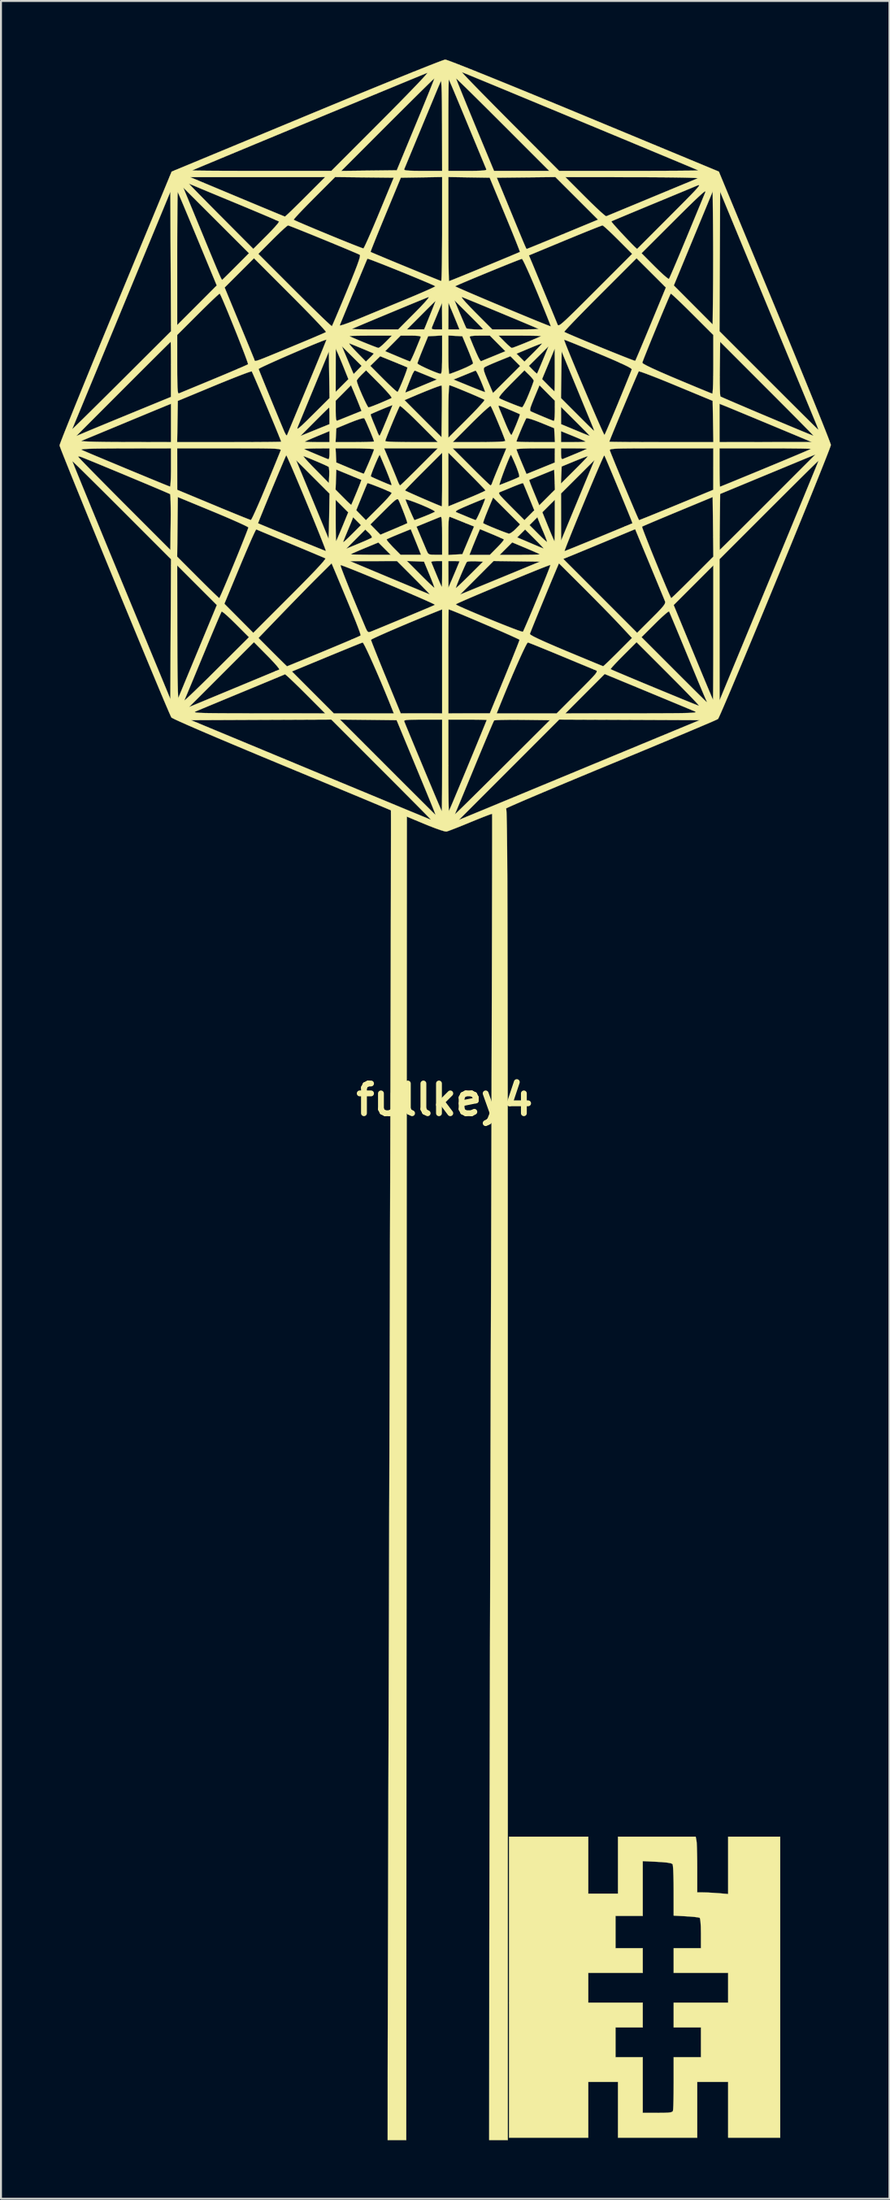
<source format=kicad_pcb>
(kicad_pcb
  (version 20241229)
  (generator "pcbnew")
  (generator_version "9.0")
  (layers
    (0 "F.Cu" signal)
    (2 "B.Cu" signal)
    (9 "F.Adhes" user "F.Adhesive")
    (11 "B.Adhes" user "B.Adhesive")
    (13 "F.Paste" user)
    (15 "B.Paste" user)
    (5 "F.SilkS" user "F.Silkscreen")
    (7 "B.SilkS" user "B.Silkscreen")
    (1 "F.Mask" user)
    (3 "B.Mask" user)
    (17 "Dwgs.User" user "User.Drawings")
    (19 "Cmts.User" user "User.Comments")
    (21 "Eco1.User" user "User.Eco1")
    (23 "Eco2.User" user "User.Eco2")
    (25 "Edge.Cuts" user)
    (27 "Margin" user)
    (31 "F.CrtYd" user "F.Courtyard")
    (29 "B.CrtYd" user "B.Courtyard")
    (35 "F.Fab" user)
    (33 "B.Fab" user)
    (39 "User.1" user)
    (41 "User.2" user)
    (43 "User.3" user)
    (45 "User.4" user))
  (footprint "fullkey4"
    (layer "F.Cu")
    (at 19.753 53.337)
    (property "Reference" "fullkey4" (at 0 0 0) (layer "F.SilkS") (effects (font (size 1.524 1.524) (thickness 0.3))))
    (attr through_hole)
    (fp_poly (pts (xy 7.366 40.703) (xy 8.89 40.703) (xy 8.89 37.782) (xy 12.875 37.782) (xy 12.914 37.981) (xy 12.927 38.106) (xy 12.938 38.334) (xy 12.946 38.641) (xy 12.952 39.005) (xy 12.954 39.401) (xy 12.954 39.41) (xy 12.954 40.64) (xy 13.262 40.64) (xy 13.485 40.646) (xy 13.772 40.661) (xy 14.056 40.681) (xy 14.541 40.722) (xy 14.541 37.782) (xy 17.209 37.782) (xy 17.209 53.213) (xy 14.541 53.213) (xy 14.541 50.355) (xy 12.954 50.355) (xy 12.954 53.213) (xy 8.89 53.213) (xy 8.89 50.355) (xy 7.366 50.355) (xy 7.366 53.213) (xy 3.302 53.213) (xy 3.302 44.767) (xy 7.366 44.767) (xy 7.366 46.291) (xy 10.16 46.291) (xy 10.16 47.562) (xy 8.763 47.562) (xy 8.763 49.086) (xy 10.16 49.086) (xy 10.16 51.943) (xy 10.915 51.943) (xy 11.245 51.94) (xy 11.468 51.931) (xy 11.606 51.912) (xy 11.681 51.881) (xy 11.709 51.843) (xy 11.721 51.751) (xy 11.731 51.553) (xy 11.739 51.269) (xy 11.745 50.92) (xy 11.747 50.525) (xy 11.748 50.414) (xy 11.748 49.086) (xy 13.145 49.086) (xy 13.145 47.562) (xy 11.748 47.562) (xy 11.748 46.291) (xy 14.541 46.291) (xy 14.541 44.767) (xy 11.748 44.767) (xy 11.748 43.498) (xy 13.145 43.498) (xy 13.145 42.739) (xy 13.139 42.394) (xy 13.123 42.136) (xy 13.098 41.979) (xy 13.077 41.939) (xy 12.988 41.918) (xy 12.803 41.895) (xy 12.553 41.874) (xy 12.379 41.863) (xy 11.748 41.828) (xy 11.747 40.551) (xy 11.744 40.158) (xy 11.736 39.805) (xy 11.725 39.513) (xy 11.711 39.304) (xy 11.695 39.197) (xy 11.692 39.191) (xy 11.611 39.146) (xy 11.422 39.111) (xy 11.12 39.083) (xy 10.899 39.07) (xy 10.16 39.034) (xy 10.16 41.846) (xy 8.763 41.846) (xy 8.763 43.498) (xy 10.16 43.498) (xy 10.16 44.767) (xy 7.366 44.767) (xy 3.302 44.767) (xy 3.302 37.782) (xy 7.366 37.782) (xy 7.366 40.703)) (stroke (width 0.01) (type solid)) (fill yes) (layer "F.SilkS"))
    (fp_poly (pts (xy 0.116 -53.308) (xy 0.31 -53.238) (xy 0.608 -53.124) (xy 1.002 -52.97) (xy 1.487 -52.777) (xy 2.056 -52.548) (xy 2.701 -52.287) (xy 3.416 -51.996) (xy 4.194 -51.678) (xy 5.029 -51.335) (xy 5.913 -50.971) (xy 6.84 -50.587) (xy 7.143 -50.461) (xy 14.063 -47.59) (xy 16.933 -40.67) (xy 17.303 -39.776) (xy 17.66 -38.912) (xy 17.999 -38.087) (xy 18.319 -37.307) (xy 18.616 -36.581) (xy 18.887 -35.915) (xy 19.129 -35.317) (xy 19.339 -34.794) (xy 19.514 -34.354) (xy 19.651 -34.005) (xy 19.747 -33.754) (xy 19.799 -33.608) (xy 19.808 -33.574) (xy 19.784 -33.495) (xy 19.716 -33.309) (xy 19.605 -33.022) (xy 19.457 -32.646) (xy 19.275 -32.188) (xy 19.062 -31.658) (xy 18.822 -31.063) (xy 18.559 -30.415) (xy 18.276 -29.72) (xy 17.977 -28.989) (xy 17.666 -28.229) (xy 17.346 -27.45) (xy 17.022 -26.662) (xy 16.696 -25.872) (xy 16.373 -25.089) (xy 16.056 -24.323) (xy 15.748 -23.583) (xy 15.454 -22.877) (xy 15.177 -22.214) (xy 14.921 -21.604) (xy 14.69 -21.054) (xy 14.486 -20.575) (xy 14.314 -20.174) (xy 14.178 -19.861) (xy 14.081 -19.645) (xy 14.027 -19.535) (xy 14.018 -19.523) (xy 13.949 -19.489) (xy 13.771 -19.409) (xy 13.492 -19.289) (xy 13.12 -19.131) (xy 12.665 -18.938) (xy 12.133 -18.714) (xy 11.534 -18.464) (xy 10.876 -18.189) (xy 10.167 -17.894) (xy 9.416 -17.582) (xy 8.63 -17.257) (xy 8.498 -17.202) (xy 7.712 -16.877) (xy 6.962 -16.565) (xy 6.256 -16.271) (xy 5.602 -15.996) (xy 5.007 -15.746) (xy 4.481 -15.523) (xy 4.031 -15.331) (xy 3.664 -15.172) (xy 3.389 -15.051) (xy 3.215 -14.971) (xy 3.148 -14.935) (xy 3.148 -14.934) (xy 3.155 -14.92) (xy 3.161 -14.879) (xy 3.167 -14.809) (xy 3.173 -14.706) (xy 3.178 -14.567) (xy 3.183 -14.39) (xy 3.188 -14.17) (xy 3.193 -13.906) (xy 3.197 -13.595) (xy 3.201 -13.232) (xy 3.205 -12.815) (xy 3.208 -12.342) (xy 3.211 -11.809) (xy 3.215 -11.213) (xy 3.217 -10.551) (xy 3.22 -9.82) (xy 3.222 -9.017) (xy 3.224 -8.139) (xy 3.226 -7.183) (xy 3.228 -6.146) (xy 3.23 -5.026) (xy 3.231 -3.818) (xy 3.233 -2.52) (xy 3.234 -1.129) (xy 3.235 0.358) (xy 3.236 1.944) (xy 3.236 3.632) (xy 3.237 5.425) (xy 3.237 7.327) (xy 3.238 9.339) (xy 3.238 11.466) (xy 3.238 13.71) (xy 3.238 16.074) (xy 3.238 18.561) (xy 3.239 19.213) (xy 3.239 53.34) (xy 2.286 53.34) (xy 2.291 45.26) (xy 2.291 44.608) (xy 2.292 43.836) (xy 2.293 42.949) (xy 2.295 41.954) (xy 2.297 40.856) (xy 2.3 39.662) (xy 2.302 38.378) (xy 2.305 37.01) (xy 2.309 35.564) (xy 2.312 34.046) (xy 2.316 32.463) (xy 2.32 30.82) (xy 2.324 29.125) (xy 2.329 27.382) (xy 2.334 25.598) (xy 2.339 23.78) (xy 2.344 21.933) (xy 2.349 20.064) (xy 2.354 18.178) (xy 2.36 16.282) (xy 2.365 14.382) (xy 2.371 12.484) (xy 2.375 11.271) (xy 2.38 9.464) (xy 2.386 7.69) (xy 2.391 5.952) (xy 2.396 4.254) (xy 2.4 2.602) (xy 2.405 0.999) (xy 2.409 -0.551) (xy 2.413 -2.043) (xy 2.417 -3.473) (xy 2.42 -4.838) (xy 2.423 -6.132) (xy 2.426 -7.351) (xy 2.429 -8.492) (xy 2.431 -9.55) (xy 2.433 -10.521) (xy 2.435 -11.401) (xy 2.436 -12.185) (xy 2.437 -12.869) (xy 2.438 -13.449) (xy 2.438 -13.921) (xy 2.438 -14.281) (xy 2.437 -14.524) (xy 2.436 -14.647) (xy 2.436 -14.661) (xy 2.374 -14.646) (xy 2.214 -14.588) (xy 1.974 -14.496) (xy 1.672 -14.375) (xy 1.327 -14.234) (xy 1.32 -14.231) (xy 0.965 -14.085) (xy 0.643 -13.956) (xy 0.376 -13.852) (xy 0.184 -13.781) (xy 0.091 -13.752) (xy -0.01 -13.767) (xy -0.205 -13.826) (xy -0.47 -13.919) (xy -0.782 -14.039) (xy -0.988 -14.123) (xy -1.531 -14.349) (xy 0.73 -14.349) (xy 1.463 -14.652) (xy 1.629 -14.721) (xy 1.904 -14.834) (xy 2.276 -14.988) (xy 2.736 -15.179) (xy 3.275 -15.402) (xy 3.884 -15.654) (xy 4.551 -15.931) (xy 5.268 -16.228) (xy 6.024 -16.541) (xy 6.811 -16.867) (xy 7.618 -17.202) (xy 7.635 -17.209) (xy 13.075 -19.463) (xy 9.475 -19.479) (xy 5.875 -19.496) (xy 3.303 -16.922) (xy 0.73 -14.349) (xy -1.531 -14.349) (xy -1.937 -14.519) (xy -1.969 53.34) (xy -2.921 53.34) (xy -2.92 50.086) (xy -2.92 49.811) (xy -2.919 49.413) (xy -2.918 48.897) (xy -2.917 48.268) (xy -2.915 47.529) (xy -2.913 46.685) (xy -2.911 45.741) (xy -2.908 44.701) (xy -2.905 43.569) (xy -2.902 42.35) (xy -2.898 41.048) (xy -2.895 39.668) (xy -2.891 38.213) (xy -2.886 36.69) (xy -2.882 35.101) (xy -2.877 33.451) (xy -2.872 31.745) (xy -2.867 29.988) (xy -2.862 28.183) (xy -2.856 26.335) (xy -2.851 24.448) (xy -2.845 22.527) (xy -2.839 20.576) (xy -2.833 18.601) (xy -2.827 16.604) (xy -2.825 16.007) (xy -2.819 14.035) (xy -2.814 12.094) (xy -2.808 10.19) (xy -2.803 8.325) (xy -2.798 6.504) (xy -2.793 4.731) (xy -2.788 3.008) (xy -2.783 1.341) (xy -2.779 -0.267) (xy -2.775 -1.812) (xy -2.772 -3.291) (xy -2.768 -4.698) (xy -2.765 -6.032) (xy -2.762 -7.287) (xy -2.76 -8.46) (xy -2.757 -9.546) (xy -2.755 -10.543) (xy -2.754 -11.446) (xy -2.753 -12.251) (xy -2.752 -12.955) (xy -2.751 -13.554) (xy -2.751 -14.043) (xy -2.751 -14.419) (xy -2.752 -14.678) (xy -2.753 -14.816) (xy -2.754 -14.84) (xy -2.814 -14.867) (xy -2.984 -14.939) (xy -3.255 -15.053) (xy -3.619 -15.205) (xy -4.068 -15.393) (xy -4.594 -15.612) (xy -5.188 -15.859) (xy -5.844 -16.132) (xy -6.551 -16.426) (xy -7.304 -16.738) (xy -8.092 -17.065) (xy -8.357 -17.175) (xy -9.275 -17.556) (xy -10.129 -17.913) (xy -10.913 -18.242) (xy -11.622 -18.541) (xy -12.25 -18.809) (xy -12.792 -19.042) (xy -13.241 -19.238) (xy -13.593 -19.395) (xy -13.741 -19.463) (xy -13.005 -19.463) (xy -6.868 -16.913) (xy -6.029 -16.564) (xy -5.224 -16.23) (xy -4.46 -15.913) (xy -3.744 -15.616) (xy -3.085 -15.343) (xy -2.49 -15.096) (xy -1.967 -14.879) (xy -1.523 -14.696) (xy -1.167 -14.549) (xy -0.906 -14.441) (xy -0.747 -14.376) (xy -0.699 -14.357) (xy -0.736 -14.399) (xy -0.856 -14.523) (xy -1.05 -14.722) (xy -1.311 -14.986) (xy -1.63 -15.308) (xy -2 -15.68) (xy -2.412 -16.095) (xy -2.86 -16.544) (xy -3.239 -16.923) (xy -5.812 -19.496) (xy -9.408 -19.479) (xy -13.005 -19.463) (xy -13.741 -19.463) (xy -13.813 -19.496) (xy -5.366 -19.496) (xy -2.921 -17.051) (xy -2.462 -16.591) (xy -2.03 -16.16) (xy -1.634 -15.765) (xy -1.282 -15.414) (xy -0.983 -15.116) (xy -0.744 -14.879) (xy -0.574 -14.711) (xy -0.48 -14.619) (xy -0.464 -14.605) (xy -0.475 -14.637) (xy 0.524 -14.637) (xy 0.562 -14.668) (xy 0.681 -14.781) (xy 0.874 -14.969) (xy 1.133 -15.222) (xy 1.449 -15.534) (xy 1.816 -15.896) (xy 2.224 -16.301) (xy 2.667 -16.741) (xy 2.945 -17.018) (xy 5.398 -19.463) (xy 3.989 -19.48) (xy 3.579 -19.483) (xy 3.211 -19.481) (xy 2.905 -19.476) (xy 2.681 -19.467) (xy 2.556 -19.455) (xy 2.537 -19.448) (xy 2.504 -19.38) (xy 2.428 -19.208) (xy 2.315 -18.944) (xy 2.17 -18.6) (xy 1.998 -18.191) (xy 1.805 -17.727) (xy 1.596 -17.223) (xy 1.525 -17.05) (xy 1.312 -16.534) (xy 1.114 -16.055) (xy 0.936 -15.624) (xy 0.783 -15.255) (xy 0.661 -14.961) (xy 0.574 -14.754) (xy 0.529 -14.648) (xy 0.524 -14.637) (xy -0.475 -14.637) (xy -0.483 -14.66) (xy -0.542 -14.813) (xy -0.634 -15.043) (xy -0.75 -15.33) (xy -0.824 -15.51) (xy -0.957 -15.834) (xy -1.127 -16.245) (xy -1.321 -16.713) (xy -1.525 -17.206) (xy -1.728 -17.696) (xy -1.829 -17.939) (xy -2.443 -19.419) (xy -2.079 -19.419) (xy -2.078 -19.415) (xy -2.007 -19.239) (xy -1.9 -18.978) (xy -1.765 -18.649) (xy -1.606 -18.265) (xy -1.431 -17.843) (xy -1.245 -17.398) (xy -1.056 -16.943) (xy -0.869 -16.496) (xy -0.69 -16.071) (xy -0.527 -15.682) (xy -0.385 -15.346) (xy -0.27 -15.077) (xy -0.19 -14.89) (xy -0.15 -14.801) (xy -0.147 -14.796) (xy -0.142 -14.857) (xy -0.138 -15.031) (xy -0.135 -15.304) (xy -0.131 -15.662) (xy -0.129 -16.092) (xy -0.128 -16.578) (xy -0.127 -17.108) (xy -0.127 -17.145) (xy -0.127 -19.494) (xy 0.191 -19.494) (xy 0.191 -17.134) (xy 0.191 -16.603) (xy 0.193 -16.114) (xy 0.197 -15.683) (xy 0.201 -15.322) (xy 0.206 -15.046) (xy 0.212 -14.868) (xy 0.218 -14.803) (xy 0.219 -14.803) (xy 0.248 -14.866) (xy 0.321 -15.033) (xy 0.432 -15.293) (xy 0.574 -15.632) (xy 0.744 -16.037) (xy 0.935 -16.496) (xy 1.143 -16.996) (xy 1.203 -17.141) (xy 1.413 -17.649) (xy 1.608 -18.12) (xy 1.781 -18.541) (xy 1.927 -18.899) (xy 2.042 -19.18) (xy 2.121 -19.374) (xy 2.157 -19.466) (xy 2.159 -19.473) (xy 2.099 -19.48) (xy 1.934 -19.486) (xy 1.685 -19.491) (xy 1.373 -19.494) (xy 1.175 -19.494) (xy 0.191 -19.494) (xy -0.127 -19.494) (xy -1.118 -19.494) (xy -1.508 -19.492) (xy -1.785 -19.485) (xy -1.963 -19.471) (xy -2.057 -19.449) (xy -2.079 -19.419) (xy -2.443 -19.419) (xy -2.462 -19.463) (xy -3.914 -19.48) (xy -5.366 -19.496) (xy -13.813 -19.496) (xy -13.842 -19.51) (xy -13.983 -19.581) (xy -14.013 -19.602) (xy -14.054 -19.687) (xy -14.137 -19.875) (xy -12.813 -19.875) (xy -12.782 -19.86) (xy -12.702 -19.848) (xy -12.564 -19.838) (xy -12.358 -19.83) (xy -12.076 -19.825) (xy -11.709 -19.821) (xy -11.247 -19.818) (xy -10.682 -19.816) (xy -10.004 -19.815) (xy -9.557 -19.814) (xy -6.129 -19.812) (xy -7.14 -20.825) (xy -7.432 -21.115) (xy -7.695 -21.371) (xy -7.914 -21.58) (xy -8.077 -21.73) (xy -8.17 -21.808) (xy -8.187 -21.816) (xy -8.252 -21.788) (xy -8.421 -21.717) (xy -8.681 -21.608) (xy -9.019 -21.468) (xy -9.421 -21.301) (xy -9.874 -21.113) (xy -10.365 -20.91) (xy -10.382 -20.903) (xy -10.884 -20.695) (xy -11.357 -20.499) (xy -11.785 -20.321) (xy -12.155 -20.168) (xy -12.452 -20.044) (xy -12.66 -19.957) (xy -12.764 -19.913) (xy -12.804 -19.892) (xy -12.813 -19.875) (xy -14.137 -19.875) (xy -14.139 -19.879) (xy -14.249 -20.137) (xy -13.105 -20.137) (xy -10.823 -21.084) (xy -10.315 -21.295) (xy -9.844 -21.491) (xy -9.422 -21.666) (xy -9.061 -21.816) (xy -8.776 -21.934) (xy -8.711 -21.961) (xy -7.831 -21.961) (xy -6.758 -20.886) (xy -5.685 -19.812) (xy -2.607 -19.812) (xy -2.663 -19.955) (xy -2.86 -20.446) (xy -3.064 -20.943) (xy -3.268 -21.431) (xy -3.467 -21.896) (xy -3.655 -22.325) (xy -3.825 -22.704) (xy -3.971 -23.02) (xy -4.087 -23.257) (xy -4.167 -23.403) (xy -4.204 -23.445) (xy -4.246 -23.431) (xy -4.338 -23.396) (xy -4.485 -23.337) (xy -4.697 -23.252) (xy -4.981 -23.136) (xy -5.345 -22.987) (xy -5.796 -22.802) (xy -6.342 -22.576) (xy -6.991 -22.308) (xy -7.614 -22.05) (xy -7.831 -21.961) (xy -8.711 -21.961) (xy -8.579 -22.016) (xy -8.483 -22.055) (xy -8.477 -22.058) (xy -8.497 -22.109) (xy -8.594 -22.234) (xy -8.754 -22.415) (xy -8.964 -22.638) (xy -9.096 -22.773) (xy -9.779 -23.463) (xy -11.442 -21.8) (xy -13.105 -20.137) (xy -14.249 -20.137) (xy -14.264 -20.17) (xy -14.395 -20.479) (xy -13.35 -20.479) (xy -13.321 -20.493) (xy -13.211 -20.588) (xy -13.031 -20.756) (xy -12.789 -20.987) (xy -12.495 -21.272) (xy -12.157 -21.603) (xy -11.786 -21.971) (xy -11.723 -22.034) (xy -10.072 -23.678) (xy -9.547 -23.678) (xy -8.823 -22.951) (xy -8.578 -22.707) (xy -8.367 -22.498) (xy -8.204 -22.338) (xy -8.106 -22.244) (xy -8.083 -22.225) (xy -8.023 -22.248) (xy -7.859 -22.314) (xy -7.607 -22.418) (xy -7.279 -22.552) (xy -6.891 -22.712) (xy -6.455 -22.891) (xy -6.209 -22.993) (xy -5.752 -23.183) (xy -5.334 -23.358) (xy -4.969 -23.512) (xy -4.803 -23.583) (xy -3.778 -23.583) (xy -3.755 -23.512) (xy -3.689 -23.339) (xy -3.586 -23.077) (xy -3.452 -22.742) (xy -3.293 -22.348) (xy -3.114 -21.908) (xy -3.016 -21.671) (xy -2.254 -19.815) (xy -0.127 -19.812) (xy -0.127 -22.479) (xy 0.191 -22.479) (xy 0.191 -19.812) (xy 2.67 -19.812) (xy 5.748 -19.812) (xy 6.193 -19.812) (xy 9.621 -19.814) (xy 10.368 -19.815) (xy 10.997 -19.817) (xy 11.518 -19.819) (xy 11.938 -19.822) (xy 12.268 -19.827) (xy 12.517 -19.833) (xy 12.693 -19.842) (xy 12.806 -19.852) (xy 12.864 -19.865) (xy 12.878 -19.882) (xy 12.855 -19.901) (xy 12.827 -19.914) (xy 12.728 -19.956) (xy 12.527 -20.04) (xy 12.24 -20.16) (xy 11.882 -20.309) (xy 11.47 -20.48) (xy 11.019 -20.667) (xy 10.544 -20.864) (xy 10.062 -21.064) (xy 9.587 -21.261) (xy 9.136 -21.447) (xy 8.724 -21.618) (xy 8.406 -21.749) (xy 8.208 -21.831) (xy 6.193 -19.812) (xy 5.748 -19.812) (xy 6.823 -20.888) (xy 7.16 -21.226) (xy 7.416 -21.486) (xy 7.599 -21.679) (xy 7.72 -21.815) (xy 7.786 -21.907) (xy 7.807 -21.964) (xy 7.792 -22) (xy 7.75 -22.023) (xy 7.743 -22.026) (xy 7.645 -22.066) (xy 7.615 -22.078) (xy 8.512 -22.078) (xy 8.578 -22.047) (xy 8.746 -21.973) (xy 9.001 -21.865) (xy 9.325 -21.728) (xy 9.705 -21.569) (xy 10.123 -21.394) (xy 10.564 -21.211) (xy 11.014 -21.025) (xy 11.455 -20.843) (xy 11.872 -20.671) (xy 12.249 -20.516) (xy 12.572 -20.385) (xy 12.823 -20.284) (xy 12.987 -20.219) (xy 13.049 -20.198) (xy 13.02 -20.24) (xy 12.911 -20.361) (xy 12.731 -20.553) (xy 12.489 -20.804) (xy 12.195 -21.105) (xy 11.858 -21.446) (xy 11.488 -21.817) (xy 11.478 -21.828) (xy 9.843 -23.463) (xy 9.163 -22.783) (xy 8.929 -22.546) (xy 8.734 -22.341) (xy 8.592 -22.186) (xy 8.518 -22.095) (xy 8.512 -22.078) (xy 7.615 -22.078) (xy 7.447 -22.147) (xy 7.165 -22.264) (xy 6.816 -22.408) (xy 6.418 -22.574) (xy 5.987 -22.753) (xy 5.97 -22.76) (xy 5.543 -22.937) (xy 5.152 -23.097) (xy 4.814 -23.235) (xy 4.543 -23.344) (xy 4.356 -23.417) (xy 4.27 -23.448) (xy 4.268 -23.448) (xy 4.224 -23.395) (xy 4.139 -23.237) (xy 4.018 -22.988) (xy 3.867 -22.661) (xy 3.692 -22.268) (xy 3.499 -21.823) (xy 3.293 -21.338) (xy 3.081 -20.828) (xy 2.868 -20.306) (xy 2.727 -19.955) (xy 2.67 -19.812) (xy 0.191 -19.812) (xy 2.318 -19.814) (xy 3.08 -21.67) (xy 3.266 -22.127) (xy 3.437 -22.546) (xy 3.584 -22.914) (xy 3.704 -23.215) (xy 3.79 -23.436) (xy 3.836 -23.562) (xy 3.842 -23.584) (xy 3.786 -23.617) (xy 3.63 -23.691) (xy 3.392 -23.799) (xy 3.199 -23.885) (xy 4.371 -23.885) (xy 4.415 -23.837) (xy 4.563 -23.751) (xy 4.819 -23.626) (xy 5.185 -23.46) (xy 5.665 -23.252) (xy 6.223 -23.016) (xy 6.68 -22.826) (xy 7.099 -22.652) (xy 7.465 -22.5) (xy 7.764 -22.376) (xy 7.983 -22.287) (xy 8.107 -22.237) (xy 8.129 -22.229) (xy 8.183 -22.27) (xy 8.31 -22.387) (xy 8.494 -22.564) (xy 8.721 -22.787) (xy 8.886 -22.951) (xy 9.61 -23.677) (xy 9.572 -23.719) (xy 10.096 -23.719) (xy 11.763 -22.051) (xy 12.14 -21.674) (xy 12.489 -21.327) (xy 12.798 -21.019) (xy 13.059 -20.761) (xy 13.261 -20.562) (xy 13.393 -20.433) (xy 13.447 -20.384) (xy 13.448 -20.384) (xy 13.439 -20.43) (xy 13.409 -20.495) (xy 13.372 -20.577) (xy 13.293 -20.763) (xy 13.177 -21.039) (xy 13.029 -21.391) (xy 12.857 -21.806) (xy 12.665 -22.269) (xy 12.459 -22.768) (xy 12.447 -22.797) (xy 12.242 -23.293) (xy 12.051 -23.754) (xy 11.881 -24.164) (xy 11.736 -24.511) (xy 11.622 -24.782) (xy 11.545 -24.963) (xy 11.511 -25.04) (xy 11.51 -25.042) (xy 11.457 -25.018) (xy 11.331 -24.918) (xy 11.148 -24.755) (xy 10.924 -24.543) (xy 10.787 -24.407) (xy 10.096 -23.719) (xy 9.572 -23.719) (xy 8.969 -24.364) (xy 8.741 -24.604) (xy 8.445 -24.911) (xy 8.1 -25.264) (xy 7.729 -25.641) (xy 7.352 -26.021) (xy 7.095 -26.278) (xy 5.862 -27.506) (xy 5.731 -27.199) (xy 5.63 -26.96) (xy 5.502 -26.654) (xy 5.354 -26.299) (xy 5.195 -25.914) (xy 5.031 -25.516) (xy 4.87 -25.124) (xy 4.719 -24.756) (xy 4.587 -24.431) (xy 4.48 -24.165) (xy 4.406 -23.979) (xy 4.372 -23.889) (xy 4.371 -23.885) (xy 3.199 -23.885) (xy 3.087 -23.935) (xy 2.735 -24.089) (xy 2.351 -24.256) (xy 1.952 -24.427) (xy 1.557 -24.596) (xy 1.182 -24.754) (xy 0.844 -24.896) (xy 0.561 -25.012) (xy 0.35 -25.096) (xy 0.228 -25.14) (xy 0.206 -25.145) (xy 0.203 -25.084) (xy 0.2 -24.909) (xy 0.197 -24.633) (xy 0.195 -24.27) (xy 0.193 -23.832) (xy 0.191 -23.332) (xy 0.191 -22.785) (xy 0.191 -22.479) (xy -0.127 -22.479) (xy -0.127 -25.145) (xy -0.397 -25.038) (xy -0.826 -24.865) (xy -1.275 -24.681) (xy -1.729 -24.493) (xy -2.173 -24.306) (xy -2.592 -24.127) (xy -2.971 -23.963) (xy -3.294 -23.82) (xy -3.546 -23.705) (xy -3.713 -23.624) (xy -3.778 -23.584) (xy -3.778 -23.583) (xy -4.803 -23.583) (xy -4.67 -23.64) (xy -4.452 -23.735) (xy -4.331 -23.791) (xy -4.31 -23.803) (xy -4.314 -23.854) (xy -4.355 -23.985) (xy -4.434 -24.201) (xy -4.552 -24.507) (xy -4.714 -24.907) (xy -4.919 -25.408) (xy -5.171 -26.014) (xy -5.471 -26.73) (xy -5.534 -26.882) (xy -5.759 -27.416) (xy -5.343 -27.416) (xy -5.331 -27.355) (xy -5.273 -27.189) (xy -5.174 -26.929) (xy -5.039 -26.585) (xy -4.873 -26.171) (xy -4.679 -25.696) (xy -4.462 -25.172) (xy -4.227 -24.611) (xy -4.045 -24.178) (xy -3.971 -24.028) (xy -3.903 -23.975) (xy -3.806 -23.993) (xy -3.797 -23.997) (xy -3.701 -24.036) (xy -3.504 -24.116) (xy -3.225 -24.231) (xy -2.88 -24.374) (xy -2.487 -24.537) (xy -2.103 -24.696) (xy -1.687 -24.87) (xy -1.308 -25.028) (xy -0.983 -25.165) (xy -0.729 -25.273) (xy -0.56 -25.346) (xy -0.494 -25.377) (xy -0.532 -25.402) (xy 0.572 -25.402) (xy 0.628 -25.365) (xy 0.784 -25.289) (xy 1.023 -25.182) (xy 1.327 -25.051) (xy 1.677 -24.902) (xy 2.056 -24.745) (xy 2.446 -24.585) (xy 2.829 -24.43) (xy 3.187 -24.288) (xy 3.502 -24.166) (xy 3.756 -24.071) (xy 3.932 -24.011) (xy 4.011 -23.992) (xy 4.013 -23.993) (xy 4.048 -24.06) (xy 4.124 -24.23) (xy 4.235 -24.487) (xy 4.376 -24.816) (xy 4.538 -25.201) (xy 4.716 -25.628) (xy 4.753 -25.718) (xy 4.93 -26.149) (xy 5.089 -26.542) (xy 5.225 -26.88) (xy 5.33 -27.149) (xy 5.399 -27.333) (xy 5.427 -27.419) (xy 5.426 -27.423) (xy 5.364 -27.406) (xy 5.2 -27.345) (xy 4.949 -27.247) (xy 4.626 -27.117) (xy 4.246 -26.963) (xy 3.824 -26.79) (xy 3.375 -26.605) (xy 2.913 -26.413) (xy 2.455 -26.222) (xy 2.014 -26.036) (xy 1.605 -25.863) (xy 1.245 -25.709) (xy 0.947 -25.579) (xy 0.726 -25.481) (xy 0.598 -25.419) (xy 0.572 -25.402) (xy -0.532 -25.402) (xy -0.539 -25.407) (xy -0.687 -25.479) (xy -0.923 -25.586) (xy -1.232 -25.723) (xy -1.601 -25.883) (xy -1.648 -25.904) (xy 0.794 -25.904) (xy 1.81 -26.322) (xy 2.249 -26.503) (xy 2.752 -26.71) (xy 3.264 -26.921) (xy 3.732 -27.114) (xy 3.857 -27.166) (xy 4.888 -27.591) (xy 3.7 -27.608) (xy 2.512 -27.625) (xy 1.653 -26.764) (xy 0.794 -25.904) (xy -1.648 -25.904) (xy -2.013 -26.06) (xy -2.455 -26.249) (xy -2.913 -26.441) (xy -3.37 -26.633) (xy -3.813 -26.817) (xy -4.226 -26.987) (xy -4.596 -27.137) (xy -4.908 -27.261) (xy -5.146 -27.352) (xy -5.296 -27.406) (xy -5.343 -27.416) (xy -5.759 -27.416) (xy -5.797 -27.506) (xy -6.459 -26.85) (xy -6.69 -26.619) (xy -6.989 -26.317) (xy -7.333 -25.966) (xy -7.702 -25.588) (xy -8.074 -25.205) (xy -8.334 -24.936) (xy -9.547 -23.678) (xy -10.072 -23.678) (xy -10.034 -23.716) (xy -10.714 -24.398) (xy -10.952 -24.631) (xy -11.159 -24.824) (xy -11.32 -24.962) (xy -11.417 -25.03) (xy -11.437 -25.034) (xy -11.47 -24.966) (xy -11.546 -24.795) (xy -11.659 -24.532) (xy -11.803 -24.192) (xy -11.973 -23.787) (xy -12.163 -23.33) (xy -12.367 -22.836) (xy -12.384 -22.797) (xy -12.591 -22.296) (xy -12.784 -21.829) (xy -12.958 -21.409) (xy -13.108 -21.05) (xy -13.226 -20.767) (xy -13.309 -20.572) (xy -13.349 -20.48) (xy -13.35 -20.479) (xy -14.395 -20.479) (xy -14.425 -20.55) (xy -14.619 -21.011) (xy -14.842 -21.544) (xy -15.09 -22.139) (xy -15.36 -22.789) (xy -15.648 -23.484) (xy -15.95 -24.214) (xy -16.263 -24.972) (xy -16.584 -25.749) (xy -16.907 -26.534) (xy -17.23 -27.321) (xy -17.549 -28.098) (xy -17.861 -28.859) (xy -18.161 -29.593) (xy -18.446 -30.291) (xy -18.712 -30.946) (xy -18.957 -31.548) (xy -19.175 -32.087) (xy -19.363 -32.556) (xy -19.438 -32.745) (xy -19.092 -32.745) (xy -19.071 -32.685) (xy -19.004 -32.516) (xy -18.895 -32.245) (xy -18.746 -31.88) (xy -18.562 -31.428) (xy -18.344 -30.898) (xy -18.098 -30.297) (xy -17.824 -29.633) (xy -17.528 -28.913) (xy -17.211 -28.145) (xy -16.877 -27.338) (xy -16.587 -26.637) (xy -14.065 -20.546) (xy -14.049 -24.131) (xy -14.034 -27.4) (xy -13.716 -27.4) (xy -13.712 -23.939) (xy -13.71 -23.294) (xy -13.707 -22.693) (xy -13.702 -22.146) (xy -13.696 -21.665) (xy -13.688 -21.26) (xy -13.68 -20.943) (xy -13.671 -20.724) (xy -13.662 -20.614) (xy -13.655 -20.606) (xy -13.62 -20.691) (xy -13.542 -20.88) (xy -13.426 -21.16) (xy -13.278 -21.517) (xy -13.104 -21.937) (xy -12.909 -22.407) (xy -12.698 -22.915) (xy -12.642 -23.049) (xy -11.682 -25.366) (xy -11.748 -25.432) (xy -11.296 -25.432) (xy -9.812 -23.939) (xy -7.924 -25.827) (xy -7.421 -26.332) (xy -6.996 -26.765) (xy -6.651 -27.123) (xy -6.389 -27.405) (xy -6.212 -27.606) (xy -6.203 -27.618) (xy -4.858 -27.618) (xy -2.826 -26.767) (xy -2.349 -26.568) (xy -1.911 -26.385) (xy -1.524 -26.225) (xy -1.202 -26.091) (xy -0.959 -25.991) (xy -0.808 -25.93) (xy -0.763 -25.912) (xy -0.796 -25.954) (xy -0.905 -26.071) (xy -1.064 -26.235) (xy 0.572 -26.235) (xy 0.614 -26.264) (xy 0.73 -26.368) (xy 0.906 -26.535) (xy 1.125 -26.749) (xy 1.272 -26.893) (xy 1.972 -27.591) (xy 1.58 -27.61) (xy 1.366 -27.612) (xy 1.205 -27.599) (xy 1.139 -27.578) (xy 1.098 -27.504) (xy 1.023 -27.342) (xy 0.927 -27.124) (xy 0.822 -26.878) (xy 0.721 -26.636) (xy 0.638 -26.428) (xy 0.584 -26.283) (xy 0.572 -26.235) (xy -1.064 -26.235) (xy -1.079 -26.25) (xy -1.303 -26.478) (xy -1.564 -26.741) (xy -1.587 -26.765) (xy -2.443 -27.622) (xy -4.858 -27.618) (xy -6.203 -27.618) (xy -6.195 -27.628) (xy -1.937 -27.628) (xy -1.241 -26.929) (xy -1.002 -26.691) (xy -0.796 -26.49) (xy -0.638 -26.342) (xy -0.544 -26.26) (xy -0.526 -26.25) (xy -0.541 -26.313) (xy -0.596 -26.468) (xy -0.684 -26.692) (xy -0.781 -26.93) (xy -1.048 -27.571) (xy -0.688 -27.571) (xy -0.514 -27.149) (xy -0.368 -26.798) (xy -0.255 -26.53) (xy -0.178 -26.357) (xy -0.144 -26.29) (xy -0.143 -26.289) (xy -0.136 -26.348) (xy -0.131 -26.508) (xy -0.128 -26.742) (xy -0.127 -26.956) (xy -0.127 -27.622) (xy 0.191 -27.622) (xy 0.195 -26.257) (xy 0.479 -26.922) (xy 0.591 -27.187) (xy 0.682 -27.406) (xy 0.743 -27.553) (xy 0.762 -27.605) (xy 0.705 -27.615) (xy 0.561 -27.622) (xy 0.476 -27.622) (xy 0.191 -27.622) (xy -0.127 -27.622) (xy -0.418 -27.622) (xy -0.585 -27.613) (xy -0.679 -27.587) (xy -0.688 -27.571) (xy -1.048 -27.571) (xy -1.057 -27.591) (xy -1.937 -27.628) (xy -6.195 -27.628) (xy -6.122 -27.725) (xy -6.12 -27.731) (xy 6.084 -27.731) (xy 7.978 -25.836) (xy 9.873 -23.94) (xy 10.614 -24.68) (xy 10.894 -24.961) (xy 11.092 -25.17) (xy 11.22 -25.32) (xy 11.251 -25.366) (xy 11.746 -25.366) (xy 12.747 -22.94) (xy 12.962 -22.419) (xy 13.162 -21.936) (xy 13.342 -21.504) (xy 13.497 -21.134) (xy 13.621 -20.84) (xy 13.709 -20.632) (xy 13.757 -20.525) (xy 13.764 -20.512) (xy 13.767 -20.573) (xy 13.769 -20.75) (xy 13.772 -21.031) (xy 13.774 -21.404) (xy 13.776 -21.858) (xy 13.778 -22.381) (xy 13.779 -22.962) (xy 13.779 -23.589) (xy 13.78 -23.955) (xy 13.78 -27.4) (xy 12.763 -26.383) (xy 11.746 -25.366) (xy 11.251 -25.366) (xy 11.29 -25.425) (xy 11.313 -25.501) (xy 11.305 -25.553) (xy 11.269 -25.643) (xy 11.19 -25.835) (xy 11.075 -26.113) (xy 10.931 -26.462) (xy 10.764 -26.865) (xy 10.581 -27.306) (xy 10.513 -27.471) (xy 9.771 -29.257) (xy 8.331 -28.657) (xy 7.905 -28.48) (xy 7.494 -28.309) (xy 7.12 -28.155) (xy 6.806 -28.025) (xy 6.575 -27.93) (xy 6.487 -27.894) (xy 6.084 -27.731) (xy -6.12 -27.731) (xy -6.113 -27.758) (xy -6.19 -27.792) (xy -6.369 -27.869) (xy -6.606 -27.969) (xy -4.818 -27.969) (xy -4.768 -27.96) (xy -4.611 -27.951) (xy -4.368 -27.945) (xy -4.058 -27.941) (xy -3.805 -27.94) (xy -2.764 -27.94) (xy -3.397 -28.574) (xy -4.093 -28.286) (xy -4.367 -28.172) (xy -4.595 -28.073) (xy -4.754 -28.002) (xy -4.818 -27.969) (xy -6.606 -27.969) (xy -6.634 -27.981) (xy -6.97 -28.122) (xy -7.362 -28.286) (xy -7.794 -28.465) (xy -7.906 -28.512) (xy -8.343 -28.693) (xy -8.742 -28.859) (xy -9.088 -29.004) (xy -9.365 -29.12) (xy -9.559 -29.202) (xy -9.654 -29.244) (xy -9.661 -29.247) (xy -9.694 -29.197) (xy -9.769 -29.043) (xy -9.881 -28.798) (xy -10.022 -28.476) (xy -10.188 -28.091) (xy -10.372 -27.656) (xy -10.499 -27.352) (xy -11.296 -25.432) (xy -11.748 -25.432) (xy -12.699 -26.383) (xy -13.716 -27.4) (xy -14.034 -27.4) (xy -14.032 -27.716) (xy -14.165 -27.848) (xy -13.718 -27.848) (xy -12.654 -26.783) (xy -12.354 -26.484) (xy -12.084 -26.217) (xy -11.857 -25.996) (xy -11.685 -25.832) (xy -11.582 -25.737) (xy -11.558 -25.719) (xy -11.526 -25.776) (xy -11.453 -25.936) (xy -11.345 -26.185) (xy -11.207 -26.509) (xy -11.046 -26.893) (xy -10.868 -27.323) (xy -10.795 -27.499) (xy -10.612 -27.946) (xy -10.446 -28.357) (xy -10.303 -28.715) (xy -10.188 -29.007) (xy -10.108 -29.216) (xy -10.068 -29.329) (xy -10.065 -29.343) (xy -10.121 -29.383) (xy -10.281 -29.463) (xy -10.484 -29.558) (xy -9.57 -29.558) (xy -9.494 -29.524) (xy -9.321 -29.452) (xy -9.069 -29.347) (xy -8.755 -29.217) (xy -8.396 -29.07) (xy -8.012 -28.912) (xy -7.62 -28.752) (xy -7.237 -28.595) (xy -6.881 -28.451) (xy -6.571 -28.325) (xy -6.323 -28.225) (xy -6.157 -28.158) (xy -6.089 -28.133) (xy -6.088 -28.133) (xy -6.104 -28.189) (xy -6.127 -28.253) (xy -5.048 -28.253) (xy -4.413 -28.515) (xy -4.149 -28.626) (xy -3.93 -28.722) (xy -3.909 -28.732) (xy -2.976 -28.732) (xy -2.95 -28.675) (xy -2.851 -28.553) (xy -2.699 -28.387) (xy -2.634 -28.319) (xy -2.258 -27.94) (xy -1.208 -27.94) (xy -1.328 -28.242) (xy -1.423 -28.48) (xy -1.535 -28.755) (xy -1.593 -28.899) (xy -1.739 -29.255) (xy -2.341 -29.01) (xy -2.595 -28.905) (xy -2.804 -28.815) (xy -2.939 -28.753) (xy -2.976 -28.732) (xy -3.909 -28.732) (xy -3.781 -28.793) (xy -3.73 -28.822) (xy -3.741 -28.889) (xy -3.827 -29.003) (xy -3.875 -29.053) (xy -4.068 -29.237) (xy -5.048 -28.253) (xy -6.127 -28.253) (xy -6.163 -28.35) (xy -6.254 -28.585) (xy -5.207 -28.585) (xy -5.166 -28.609) (xy -5.054 -28.708) (xy -4.89 -28.863) (xy -4.748 -29.004) (xy -4.288 -29.463) (xy -4.324 -29.499) (xy -3.809 -29.499) (xy -3.55 -29.236) (xy -3.292 -28.972) (xy -2.614 -29.257) (xy -2.345 -29.371) (xy -2.31 -29.386) (xy -1.443 -29.386) (xy -1.224 -28.869) (xy -1.113 -28.606) (xy -1.01 -28.363) (xy -0.934 -28.182) (xy -0.919 -28.146) (xy -0.861 -28.028) (xy -0.789 -27.967) (xy -0.665 -27.943) (xy -0.479 -27.94) (xy -0.127 -27.94) (xy -0.127 -28.928) (xy 0.191 -28.928) (xy 0.191 -27.934) (xy 0.31 -27.94) (xy 1.272 -27.94) (xy 2.322 -27.94) (xy 2.827 -27.94) (xy 3.869 -27.94) (xy 4.214 -27.942) (xy 4.507 -27.946) (xy 4.729 -27.953) (xy 4.858 -27.961) (xy 4.882 -27.968) (xy 4.816 -28.003) (xy 4.656 -28.075) (xy 4.528 -28.131) (xy 6.148 -28.131) (xy 6.214 -28.154) (xy 6.381 -28.22) (xy 6.637 -28.322) (xy 6.964 -28.456) (xy 7.35 -28.613) (xy 7.778 -28.789) (xy 7.902 -28.84) (xy 8.338 -29.021) (xy 8.735 -29.185) (xy 9.076 -29.326) (xy 9.218 -29.385) (xy 10.123 -29.385) (xy 10.14 -29.322) (xy 10.198 -29.16) (xy 10.292 -28.915) (xy 10.414 -28.605) (xy 10.556 -28.247) (xy 10.713 -27.858) (xy 10.877 -27.457) (xy 11.04 -27.059) (xy 11.197 -26.683) (xy 11.338 -26.346) (xy 11.459 -26.064) (xy 11.551 -25.856) (xy 11.607 -25.739) (xy 11.621 -25.719) (xy 11.673 -25.762) (xy 11.802 -25.882) (xy 11.995 -26.068) (xy 12.238 -26.306) (xy 12.52 -26.586) (xy 12.718 -26.783) (xy 13.652 -27.718) (xy 14.097 -27.718) (xy 14.099 -24.099) (xy 14.1 -20.479) (xy 16.638 -26.607) (xy 16.985 -27.444) (xy 17.318 -28.249) (xy 17.634 -29.013) (xy 17.929 -29.728) (xy 18.201 -30.386) (xy 18.446 -30.98) (xy 18.661 -31.503) (xy 18.843 -31.945) (xy 18.989 -32.301) (xy 19.095 -32.561) (xy 19.158 -32.718) (xy 19.177 -32.766) (xy 19.133 -32.728) (xy 19.008 -32.608) (xy 18.809 -32.414) (xy 18.544 -32.154) (xy 18.222 -31.836) (xy 17.85 -31.466) (xy 17.436 -31.055) (xy 16.988 -30.608) (xy 16.637 -30.258) (xy 14.097 -27.718) (xy 13.652 -27.718) (xy 13.782 -27.848) (xy 13.774 -28.55) (xy 14.105 -28.55) (xy 14.106 -28.331) (xy 14.11 -28.211) (xy 14.112 -28.194) (xy 14.159 -28.238) (xy 14.287 -28.363) (xy 14.489 -28.562) (xy 14.755 -28.826) (xy 15.079 -29.148) (xy 15.451 -29.519) (xy 15.864 -29.931) (xy 16.308 -30.375) (xy 16.574 -30.641) (xy 19.018 -33.087) (xy 18.224 -32.759) (xy 17.945 -32.643) (xy 17.575 -32.49) (xy 17.139 -32.309) (xy 16.664 -32.112) (xy 16.175 -31.91) (xy 15.78 -31.746) (xy 14.129 -31.062) (xy 14.112 -29.628) (xy 14.108 -29.217) (xy 14.105 -28.851) (xy 14.105 -28.55) (xy 13.774 -28.55) (xy 13.765 -29.376) (xy 13.748 -30.904) (xy 11.949 -30.158) (xy 11.502 -29.972) (xy 11.093 -29.801) (xy 10.738 -29.652) (xy 10.45 -29.529) (xy 10.245 -29.441) (xy 10.137 -29.392) (xy 10.123 -29.385) (xy 9.218 -29.385) (xy 9.349 -29.439) (xy 9.538 -29.518) (xy 9.628 -29.555) (xy 9.634 -29.558) (xy 9.614 -29.615) (xy 9.553 -29.773) (xy 9.457 -30.012) (xy 9.333 -30.315) (xy 9.189 -30.665) (xy 9.033 -31.045) (xy 8.871 -31.435) (xy 8.711 -31.82) (xy 8.56 -32.181) (xy 8.425 -32.501) (xy 8.314 -32.763) (xy 8.233 -32.948) (xy 8.191 -33.039) (xy 8.187 -33.045) (xy 8.158 -32.994) (xy 8.086 -32.838) (xy 7.975 -32.588) (xy 7.832 -32.256) (xy 7.661 -31.855) (xy 7.468 -31.396) (xy 7.257 -30.891) (xy 7.137 -30.601) (xy 6.92 -30.076) (xy 6.721 -29.589) (xy 6.543 -29.152) (xy 6.393 -28.777) (xy 6.274 -28.477) (xy 6.192 -28.263) (xy 6.151 -28.148) (xy 6.148 -28.131) (xy 4.528 -28.131) (xy 4.427 -28.174) (xy 4.16 -28.288) (xy 3.466 -28.578) (xy 2.827 -27.94) (xy 2.322 -27.94) (xy 2.697 -28.319) (xy 2.864 -28.495) (xy 2.985 -28.636) (xy 3.041 -28.718) (xy 3.041 -28.73) (xy 2.973 -28.766) (xy 2.825 -28.833) (xy 3.721 -28.833) (xy 3.972 -28.727) (xy 4.165 -28.645) (xy 4.415 -28.538) (xy 4.636 -28.444) (xy 4.844 -28.356) (xy 5.002 -28.291) (xy 5.078 -28.263) (xy 5.079 -28.263) (xy 5.05 -28.302) (xy 4.948 -28.413) (xy 4.789 -28.578) (xy 4.619 -28.749) (xy 4.128 -29.24) (xy 3.925 -29.037) (xy 3.721 -28.833) (xy 2.825 -28.833) (xy 2.814 -28.838) (xy 2.589 -28.935) (xy 2.411 -29.01) (xy 1.811 -29.26) (xy 1.666 -28.917) (xy 1.557 -28.654) (xy 1.444 -28.377) (xy 1.397 -28.257) (xy 1.272 -27.94) (xy 0.31 -27.94) (xy 0.55 -27.953) (xy 0.91 -27.972) (xy 1.209 -28.682) (xy 1.509 -29.393) (xy 1.036 -29.583) (xy 1.976 -29.583) (xy 1.977 -29.563) (xy 2.053 -29.52) (xy 2.218 -29.446) (xy 2.439 -29.352) (xy 2.686 -29.251) (xy 2.927 -29.156) (xy 3.132 -29.079) (xy 3.27 -29.032) (xy 3.305 -29.024) (xy 3.402 -29.064) (xy 3.545 -29.172) (xy 3.638 -29.259) (xy 3.838 -29.464) (xy 4.353 -29.464) (xy 4.792 -29.022) (xy 4.98 -28.836) (xy 5.132 -28.693) (xy 5.229 -28.611) (xy 5.252 -28.599) (xy 5.239 -28.663) (xy 5.185 -28.813) (xy 5.102 -29.021) (xy 5.079 -29.076) (xy 4.976 -29.319) (xy 4.885 -29.539) (xy 4.825 -29.689) (xy 4.821 -29.7) (xy 4.757 -29.869) (xy 4.353 -29.464) (xy 3.838 -29.464) (xy 3.872 -29.499) (xy 3.179 -30.19) (xy 2.486 -30.881) (xy 2.381 -30.633) (xy 2.218 -30.241) (xy 2.093 -29.929) (xy 2.011 -29.706) (xy 1.976 -29.583) (xy 1.036 -29.583) (xy 0.929 -29.626) (xy 0.673 -29.729) (xy 0.457 -29.816) (xy 0.311 -29.874) (xy 0.27 -29.891) (xy 0.239 -29.875) (xy 0.216 -29.79) (xy 0.201 -29.621) (xy 0.193 -29.355) (xy 0.191 -28.977) (xy 0.191 -28.928) (xy -0.127 -28.928) (xy -0.127 -28.931) (xy -0.129 -29.321) (xy -0.137 -29.598) (xy -0.151 -29.777) (xy -0.172 -29.87) (xy -0.203 -29.892) (xy -0.206 -29.891) (xy -0.297 -29.855) (xy -0.475 -29.782) (xy -0.71 -29.686) (xy -0.864 -29.623) (xy -1.443 -29.386) (xy -2.31 -29.386) (xy -2.122 -29.467) (xy -1.97 -29.535) (xy -1.913 -29.564) (xy -1.925 -29.627) (xy -1.974 -29.777) (xy -2.049 -29.984) (xy -2.139 -30.218) (xy -2.231 -30.449) (xy -2.314 -30.646) (xy -2.366 -30.758) (xy -2.383 -30.778) (xy -2.013 -30.778) (xy -1.934 -30.581) (xy -1.838 -30.353) (xy -1.739 -30.124) (xy -1.649 -29.922) (xy -1.582 -29.777) (xy -1.549 -29.718) (xy -1.549 -29.718) (xy -1.484 -29.74) (xy -1.33 -29.798) (xy -1.116 -29.881) (xy -1.034 -29.913) (xy -0.801 -30.008) (xy -0.615 -30.09) (xy -0.506 -30.144) (xy -0.493 -30.154) (xy -0.505 -30.166) (xy 0.573 -30.166) (xy 0.587 -30.133) (xy 0.635 -30.109) (xy 0.778 -30.05) (xy 0.987 -29.963) (xy 1.175 -29.884) (xy 1.376 -29.801) (xy 1.527 -29.742) (xy 1.594 -29.721) (xy 1.634 -29.774) (xy 1.708 -29.919) (xy 1.806 -30.131) (xy 1.865 -30.267) (xy 1.964 -30.506) (xy 2.038 -30.696) (xy 2.077 -30.809) (xy 2.081 -30.83) (xy 2.019 -30.812) (xy 1.863 -30.752) (xy 1.634 -30.66) (xy 1.353 -30.543) (xy 1.27 -30.508) (xy 0.954 -30.373) (xy 0.742 -30.277) (xy 0.62 -30.211) (xy 0.573 -30.166) (xy -0.505 -30.166) (xy -0.531 -30.193) (xy -0.667 -30.268) (xy -0.881 -30.37) (xy -1.155 -30.489) (xy -1.244 -30.526) (xy -1.531 -30.639) (xy -1.768 -30.724) (xy -1.935 -30.775) (xy -2.011 -30.784) (xy -2.013 -30.778) (xy -2.383 -30.778) (xy -2.398 -30.795) (xy -2.45 -30.792) (xy -2.536 -30.739) (xy -2.668 -30.625) (xy -2.863 -30.44) (xy -3.117 -30.188) (xy -3.809 -29.499) (xy -4.324 -29.499) (xy -4.491 -29.666) (xy -4.693 -29.869) (xy -4.757 -29.7) (xy -4.813 -29.559) (xy -4.902 -29.346) (xy -5.004 -29.103) (xy -5.014 -29.078) (xy -5.106 -28.858) (xy -5.174 -28.686) (xy -5.206 -28.592) (xy -5.207 -28.585) (xy -6.254 -28.585) (xy -6.261 -28.604) (xy -6.394 -28.94) (xy -6.557 -29.344) (xy -6.744 -29.805) (xy -6.952 -30.311) (xy -7.072 -30.602) (xy -7.29 -31.127) (xy -7.494 -31.612) (xy -7.678 -32.047) (xy -7.836 -32.418) (xy -7.965 -32.714) (xy -8.001 -32.794) (xy -7.617 -32.794) (xy -6.793 -30.803) (xy -6.598 -30.331) (xy -6.418 -29.897) (xy -6.26 -29.514) (xy -6.129 -29.196) (xy -6.03 -28.958) (xy -5.971 -28.813) (xy -5.955 -28.773) (xy -5.949 -28.821) (xy -5.943 -28.976) (xy -5.935 -29.221) (xy -5.928 -29.536) (xy -5.925 -29.691) (xy -5.588 -29.691) (xy -5.587 -29.34) (xy -5.583 -29.04) (xy -5.577 -28.812) (xy -5.57 -28.675) (xy -5.563 -28.644) (xy -5.531 -28.709) (xy -5.461 -28.869) (xy -5.363 -29.099) (xy -5.248 -29.377) (xy -5.24 -29.395) (xy -4.943 -30.119) (xy -5.05 -30.226) (xy -4.534 -30.226) (xy -4.285 -29.971) (xy -4.036 -29.716) (xy -3.353 -30.398) (xy -3.119 -30.636) (xy -2.926 -30.843) (xy -2.788 -31.003) (xy -2.719 -31.1) (xy -2.716 -31.12) (xy -2.796 -31.165) (xy -2.958 -31.238) (xy -2.97 -31.243) (xy -2.032 -31.243) (xy -1.977 -31.212) (xy -1.829 -31.143) (xy -1.611 -31.045) (xy -1.348 -30.929) (xy -1.062 -30.804) (xy -0.778 -30.682) (xy -0.519 -30.572) (xy -0.309 -30.485) (xy -0.171 -30.431) (xy -0.143 -30.421) (xy -0.143 -30.425) (xy 0.191 -30.425) (xy 1.143 -30.814) (xy 1.463 -30.947) (xy 1.737 -31.065) (xy 1.827 -31.106) (xy 2.786 -31.106) (xy 2.808 -31.045) (xy 2.884 -30.946) (xy 3.025 -30.794) (xy 3.239 -30.576) (xy 3.4 -30.413) (xy 4.094 -29.718) (xy 4.499 -30.123) (xy 5.011 -30.123) (xy 5.312 -29.381) (xy 5.427 -29.101) (xy 5.525 -28.869) (xy 5.597 -28.708) (xy 5.631 -28.639) (xy 5.633 -28.639) (xy 5.639 -28.699) (xy 5.644 -28.865) (xy 5.648 -29.116) (xy 5.651 -29.433) (xy 5.652 -29.701) (xy 5.652 -30.764) (xy 5.011 -30.123) (xy 4.499 -30.123) (xy 4.599 -30.223) (xy 4.321 -30.907) (xy 4.21 -31.178) (xy 4.117 -31.403) (xy 4.051 -31.557) (xy 4.023 -31.616) (xy 3.96 -31.605) (xy 3.808 -31.553) (xy 3.597 -31.47) (xy 3.51 -31.434) (xy 3.26 -31.33) (xy 3.039 -31.239) (xy 2.885 -31.177) (xy 2.862 -31.168) (xy 2.807 -31.142) (xy 2.786 -31.106) (xy 1.827 -31.106) (xy 1.946 -31.159) (xy 2.07 -31.221) (xy 2.095 -31.239) (xy 2.053 -31.293) (xy 1.933 -31.422) (xy 1.749 -31.613) (xy 1.514 -31.853) (xy 1.241 -32.128) (xy 1.143 -32.226) (xy 0.191 -33.177) (xy 0.191 -30.425) (xy -0.143 -30.425) (xy -0.138 -30.48) (xy -0.134 -30.648) (xy -0.131 -30.907) (xy -0.128 -31.238) (xy -0.127 -31.623) (xy -0.127 -31.797) (xy -0.127 -33.177) (xy -1.079 -32.226) (xy -1.362 -31.943) (xy -1.611 -31.69) (xy -1.813 -31.482) (xy -1.956 -31.331) (xy -2.027 -31.251) (xy -2.032 -31.243) (xy -2.97 -31.243) (xy -3.17 -31.328) (xy -3.404 -31.422) (xy -3.63 -31.509) (xy -3.816 -31.578) (xy -3.934 -31.614) (xy -3.959 -31.617) (xy -3.99 -31.551) (xy -4.058 -31.392) (xy -4.152 -31.164) (xy -4.257 -30.909) (xy -4.534 -30.226) (xy -5.05 -30.226) (xy -5.265 -30.442) (xy -5.588 -30.764) (xy -5.588 -29.691) (xy -5.925 -29.691) (xy -5.921 -29.902) (xy -5.921 -29.907) (xy -5.903 -31.08) (xy -6.106 -31.283) (xy -5.594 -31.283) (xy -5.197 -30.883) (xy -5.021 -30.707) (xy -4.882 -30.574) (xy -4.801 -30.504) (xy -4.789 -30.498) (xy -4.762 -30.558) (xy -4.696 -30.712) (xy -4.603 -30.933) (xy -4.516 -31.141) (xy -4.411 -31.398) (xy -4.329 -31.606) (xy -4.28 -31.742) (xy -4.27 -31.781) (xy -4.332 -31.808) (xy -4.486 -31.872) (xy -4.698 -31.96) (xy -3.787 -31.96) (xy -3.72 -31.924) (xy -3.568 -31.854) (xy -3.366 -31.765) (xy -3.146 -31.67) (xy -2.942 -31.585) (xy -2.788 -31.524) (xy -2.718 -31.5) (xy -2.724 -31.554) (xy -2.772 -31.702) (xy -2.855 -31.926) (xy -2.964 -32.202) (xy -2.993 -32.274) (xy -3.113 -32.563) (xy -3.215 -32.806) (xy -3.29 -32.982) (xy -3.329 -33.066) (xy -3.332 -33.071) (xy -3.362 -33.025) (xy -3.43 -32.886) (xy -3.522 -32.678) (xy -3.581 -32.537) (xy -3.679 -32.296) (xy -3.75 -32.103) (xy -3.786 -31.984) (xy -3.787 -31.96) (xy -4.698 -31.96) (xy -4.709 -31.964) (xy -4.921 -32.052) (xy -5.556 -32.313) (xy -5.575 -31.798) (xy -5.594 -31.283) (xy -6.106 -31.283) (xy -6.76 -31.937) (xy -7.617 -32.794) (xy -8.001 -32.794) (xy -8.059 -32.923) (xy -8.098 -33.004) (xy -7.239 -33.004) (xy -7.23 -32.973) (xy -7.143 -32.867) (xy -6.992 -32.7) (xy -6.789 -32.485) (xy -6.636 -32.329) (xy -5.937 -31.62) (xy -5.918 -32.012) (xy -5.916 -32.225) (xy -5.929 -32.386) (xy -5.95 -32.452) (xy -6.023 -32.491) (xy -6.184 -32.566) (xy -6.402 -32.662) (xy -6.649 -32.767) (xy -6.893 -32.869) (xy -7.105 -32.954) (xy -7.239 -33.004) (xy -8.098 -33.004) (xy -8.112 -33.033) (xy -8.122 -33.047) (xy -8.153 -32.984) (xy -8.224 -32.822) (xy -8.327 -32.579) (xy -8.456 -32.273) (xy -8.604 -31.921) (xy -8.763 -31.541) (xy -8.925 -31.15) (xy -9.084 -30.765) (xy -9.232 -30.406) (xy -9.361 -30.088) (xy -9.466 -29.83) (xy -9.537 -29.649) (xy -9.569 -29.562) (xy -9.57 -29.558) (xy -10.484 -29.558) (xy -10.53 -29.579) (xy -10.855 -29.723) (xy -11.24 -29.89) (xy -11.672 -30.072) (xy -11.874 -30.156) (xy -13.684 -30.903) (xy -13.718 -27.848) (xy -14.165 -27.848) (xy -16.554 -30.239) (xy -17.021 -30.705) (xy -17.46 -31.143) (xy -17.864 -31.544) (xy -18.225 -31.901) (xy -18.533 -32.206) (xy -18.782 -32.45) (xy -18.963 -32.625) (xy -19.068 -32.725) (xy -19.092 -32.745) (xy -19.438 -32.745) (xy -19.518 -32.945) (xy -19.529 -32.973) (xy -18.796 -32.973) (xy -18.752 -32.921) (xy -18.627 -32.787) (xy -18.429 -32.581) (xy -18.165 -32.311) (xy -17.845 -31.985) (xy -17.476 -31.612) (xy -17.067 -31.199) (xy -16.627 -30.756) (xy -16.431 -30.56) (xy -14.065 -28.192) (xy -14.048 -29.601) (xy -14.045 -30.012) (xy -14.047 -30.38) (xy -14.052 -30.685) (xy -14.061 -30.91) (xy -14.073 -31.035) (xy -14.08 -31.054) (xy -14.144 -31.084) (xy -14.311 -31.157) (xy -14.563 -31.265) (xy -14.887 -31.402) (xy -15.266 -31.562) (xy -15.686 -31.737) (xy -16.13 -31.923) (xy -16.582 -32.112) (xy -17.029 -32.297) (xy -17.454 -32.473) (xy -17.841 -32.633) (xy -18.175 -32.77) (xy -18.442 -32.878) (xy -18.624 -32.951) (xy -18.653 -32.962) (xy -18.761 -32.988) (xy -18.796 -32.973) (xy -19.529 -32.973) (xy -19.637 -33.245) (xy -19.672 -33.338) (xy -18.627 -33.338) (xy -18.612 -33.319) (xy -18.507 -33.273) (xy -18.307 -33.187) (xy -18.027 -33.068) (xy -17.681 -32.923) (xy -17.287 -32.758) (xy -16.859 -32.58) (xy -16.414 -32.394) (xy -15.966 -32.208) (xy -15.532 -32.029) (xy -15.127 -31.861) (xy -14.766 -31.713) (xy -14.467 -31.59) (xy -14.243 -31.5) (xy -14.11 -31.448) (xy -14.081 -31.437) (xy -14.065 -31.496) (xy -14.051 -31.659) (xy -14.04 -31.907) (xy -14.034 -32.217) (xy -14.034 -32.417) (xy -14.034 -33.401) (xy -13.716 -33.401) (xy -13.715 -32.337) (xy -13.714 -31.274) (xy -11.857 -30.502) (xy -11.401 -30.312) (xy -10.981 -30.14) (xy -10.613 -29.989) (xy -10.31 -29.867) (xy -10.088 -29.779) (xy -9.961 -29.731) (xy -9.938 -29.724) (xy -9.898 -29.78) (xy -9.818 -29.938) (xy -9.704 -30.185) (xy -9.561 -30.507) (xy -9.397 -30.888) (xy -9.218 -31.315) (xy -9.163 -31.449) (xy -8.98 -31.893) (xy -8.812 -32.302) (xy -8.665 -32.661) (xy -8.546 -32.954) (xy -8.46 -33.165) (xy -8.414 -33.278) (xy -8.41 -33.29) (xy -8.406 -33.317) (xy -8.423 -33.339) (xy -8.472 -33.357) (xy -8.502 -33.362) (xy -7.207 -33.362) (xy -7.053 -33.293) (xy -6.84 -33.202) (xy -6.599 -33.1) (xy -6.36 -33) (xy -6.153 -32.914) (xy -6.007 -32.856) (xy -5.953 -32.836) (xy -5.925 -32.889) (xy -5.908 -33.029) (xy -5.905 -33.115) (xy -5.905 -33.401) (xy -5.594 -33.401) (xy -5.556 -32.675) (xy -4.858 -32.38) (xy -4.586 -32.267) (xy -4.361 -32.176) (xy -4.205 -32.116) (xy -4.143 -32.098) (xy -4.143 -32.098) (xy -4.113 -32.158) (xy -4.044 -32.31) (xy -3.949 -32.528) (xy -3.873 -32.704) (xy -3.766 -32.958) (xy -3.682 -33.168) (xy -3.63 -33.308) (xy -3.619 -33.349) (xy -3.679 -33.367) (xy -3.845 -33.382) (xy -4.094 -33.393) (xy -4.405 -33.4) (xy -4.607 -33.401) (xy -3.104 -33.401) (xy -2.815 -32.718) (xy -2.689 -32.416) (xy -2.57 -32.129) (xy -2.474 -31.893) (xy -2.424 -31.766) (xy -2.357 -31.605) (xy -2.302 -31.508) (xy -2.287 -31.496) (xy -2.234 -31.539) (xy -2.105 -31.659) (xy -1.914 -31.843) (xy -1.675 -32.078) (xy -1.4 -32.35) (xy -1.302 -32.449) (xy -0.351 -33.401) (xy 0.414 -33.401) (xy 1.365 -32.449) (xy 1.649 -32.166) (xy 1.903 -31.917) (xy 2.113 -31.715) (xy 2.266 -31.571) (xy 2.348 -31.501) (xy 2.357 -31.496) (xy 2.401 -31.541) (xy 2.809 -31.541) (xy 2.811 -31.514) (xy 2.905 -31.552) (xy 3.082 -31.621) (xy 3.305 -31.709) (xy 3.334 -31.721) (xy 3.483 -31.781) (xy 4.334 -31.781) (xy 4.351 -31.723) (xy 4.407 -31.571) (xy 4.494 -31.351) (xy 4.587 -31.125) (xy 4.854 -30.477) (xy 5.462 -31.085) (xy 5.969 -31.085) (xy 5.971 -29.878) (xy 5.973 -28.67) (xy 6.565 -30.099) (xy 6.749 -30.542) (xy 6.933 -30.987) (xy 7.108 -31.408) (xy 7.261 -31.776) (xy 7.382 -32.066) (xy 7.422 -32.163) (xy 7.687 -32.798) (xy 6.828 -31.941) (xy 5.969 -31.085) (xy 5.462 -31.085) (xy 5.657 -31.28) (xy 5.646 -31.591) (xy 5.964 -31.591) (xy 6.663 -32.287) (xy 6.901 -32.526) (xy 7.102 -32.732) (xy 7.252 -32.888) (xy 7.334 -32.981) (xy 7.345 -32.999) (xy 7.283 -32.983) (xy 7.129 -32.927) (xy 6.905 -32.84) (xy 6.664 -32.742) (xy 6.001 -32.469) (xy 5.982 -32.03) (xy 5.964 -31.591) (xy 5.646 -31.591) (xy 5.638 -31.794) (xy 5.62 -32.308) (xy 4.985 -32.049) (xy 4.725 -31.943) (xy 4.514 -31.856) (xy 4.376 -31.799) (xy 4.334 -31.781) (xy 3.483 -31.781) (xy 3.555 -31.811) (xy 3.729 -31.887) (xy 3.823 -31.935) (xy 3.828 -31.939) (xy 3.826 -32.013) (xy 3.781 -32.174) (xy 3.702 -32.396) (xy 3.646 -32.536) (xy 3.544 -32.772) (xy 3.462 -32.954) (xy 3.409 -33.057) (xy 3.397 -33.071) (xy 3.35 -32.988) (xy 3.277 -32.823) (xy 3.186 -32.602) (xy 3.087 -32.349) (xy 2.991 -32.091) (xy 2.906 -31.853) (xy 2.842 -31.661) (xy 2.809 -31.541) (xy 2.401 -31.541) (xy 2.407 -31.548) (xy 2.43 -31.607) (xy 2.465 -31.704) (xy 2.54 -31.893) (xy 2.644 -32.15) (xy 2.769 -32.451) (xy 2.814 -32.56) (xy 3.145 -33.353) (xy 3.683 -33.353) (xy 3.706 -33.278) (xy 3.769 -33.113) (xy 3.861 -32.885) (xy 3.941 -32.694) (xy 4.199 -32.082) (xy 4.924 -32.377) (xy 5.649 -32.671) (xy 5.65 -33.036) (xy 5.652 -33.401) (xy 5.969 -33.401) (xy 5.969 -33.108) (xy 5.98 -32.921) (xy 6.017 -32.846) (xy 6.048 -32.847) (xy 6.139 -32.884) (xy 6.316 -32.957) (xy 6.551 -33.054) (xy 6.699 -33.115) (xy 6.946 -33.219) (xy 7.145 -33.304) (xy 7.149 -33.306) (xy 8.469 -33.306) (xy 8.473 -33.29) (xy 8.54 -33.117) (xy 8.642 -32.865) (xy 8.77 -32.549) (xy 8.919 -32.189) (xy 9.08 -31.8) (xy 9.247 -31.399) (xy 9.413 -31.005) (xy 9.569 -30.635) (xy 9.709 -30.305) (xy 9.826 -30.033) (xy 9.913 -29.836) (xy 9.962 -29.731) (xy 9.97 -29.718) (xy 10.034 -29.741) (xy 10.201 -29.807) (xy 10.458 -29.909) (xy 10.789 -30.044) (xy 11.181 -30.204) (xy 11.62 -30.384) (xy 11.89 -30.495) (xy 13.778 -31.274) (xy 13.779 -32.337) (xy 13.78 -33.401) (xy 14.097 -33.401) (xy 14.097 -32.417) (xy 14.099 -32.079) (xy 14.103 -31.792) (xy 14.109 -31.576) (xy 14.118 -31.453) (xy 14.123 -31.433) (xy 14.185 -31.456) (xy 14.352 -31.523) (xy 14.611 -31.628) (xy 14.949 -31.767) (xy 15.353 -31.933) (xy 15.812 -32.122) (xy 16.311 -32.328) (xy 16.453 -32.387) (xy 16.962 -32.598) (xy 17.433 -32.794) (xy 17.854 -32.971) (xy 18.212 -33.121) (xy 18.494 -33.241) (xy 18.688 -33.325) (xy 18.781 -33.367) (xy 18.787 -33.371) (xy 18.733 -33.378) (xy 18.565 -33.384) (xy 18.298 -33.39) (xy 17.945 -33.394) (xy 17.52 -33.398) (xy 17.037 -33.4) (xy 16.508 -33.401) (xy 16.457 -33.401) (xy 14.097 -33.401) (xy 13.78 -33.401) (xy 11.106 -33.401) (xy 10.453 -33.401) (xy 9.916 -33.4) (xy 9.484 -33.397) (xy 9.145 -33.393) (xy 8.89 -33.387) (xy 8.706 -33.378) (xy 8.583 -33.366) (xy 8.51 -33.35) (xy 8.476 -33.33) (xy 8.469 -33.306) (xy 7.149 -33.306) (xy 7.269 -33.361) (xy 7.297 -33.376) (xy 7.249 -33.386) (xy 7.099 -33.394) (xy 6.871 -33.4) (xy 6.646 -33.401) (xy 5.969 -33.401) (xy 5.652 -33.401) (xy 4.667 -33.401) (xy 4.33 -33.398) (xy 4.042 -33.39) (xy 3.826 -33.378) (xy 3.703 -33.363) (xy 3.683 -33.353) (xy 3.145 -33.353) (xy 3.165 -33.401) (xy 0.414 -33.401) (xy -0.351 -33.401) (xy -3.104 -33.401) (xy -4.607 -33.401) (xy -5.594 -33.401) (xy -5.905 -33.401) (xy -6.588 -33.396) (xy -6.857 -33.391) (xy -7.065 -33.383) (xy -7.187 -33.372) (xy -7.207 -33.362) (xy -8.502 -33.362) (xy -8.565 -33.371) (xy -8.712 -33.382) (xy -8.925 -33.39) (xy -9.214 -33.395) (xy -9.59 -33.399) (xy -10.065 -33.4) (xy -10.65 -33.401) (xy -11.042 -33.401) (xy -13.716 -33.401) (xy -14.034 -33.401) (xy -16.399 -33.397) (xy -17.029 -33.395) (xy -17.541 -33.391) (xy -17.943 -33.386) (xy -18.244 -33.378) (xy -18.452 -33.367) (xy -18.577 -33.354) (xy -18.627 -33.338) (xy -19.672 -33.338) (xy -19.714 -33.448) (xy -19.747 -33.544) (xy -19.748 -33.55) (xy -19.725 -33.627) (xy -19.668 -33.779) (xy -18.637 -33.779) (xy -18.605 -33.767) (xy -18.459 -33.756) (xy -18.212 -33.746) (xy -17.877 -33.737) (xy -17.466 -33.73) (xy -16.994 -33.725) (xy -16.472 -33.723) (xy -16.399 -33.723) (xy -14.034 -33.718) (xy -13.719 -33.718) (xy -11.051 -33.718) (xy -10.482 -33.719) (xy -9.955 -33.72) (xy -9.483 -33.723) (xy -9.078 -33.726) (xy -8.754 -33.73) (xy -8.523 -33.734) (xy -8.4 -33.738) (xy -8.382 -33.741) (xy -8.383 -33.744) (xy -7.17 -33.744) (xy -7.123 -33.733) (xy -6.973 -33.725) (xy -6.747 -33.72) (xy -6.551 -33.718) (xy -5.905 -33.718) (xy -5.594 -33.718) (xy -4.607 -33.718) (xy -4.269 -33.721) (xy -3.981 -33.727) (xy -3.764 -33.735) (xy -3.64 -33.747) (xy -3.619 -33.754) (xy -3.624 -33.77) (xy -3.048 -33.77) (xy -2.988 -33.755) (xy -2.819 -33.741) (xy -2.56 -33.73) (xy -2.229 -33.723) (xy -1.845 -33.719) (xy -1.699 -33.718) (xy -0.351 -33.718) (xy 0.414 -33.718) (xy 1.763 -33.718) (xy 2.161 -33.721) (xy 2.513 -33.728) (xy 2.8 -33.739) (xy 2.962 -33.75) (xy 3.683 -33.75) (xy 3.743 -33.739) (xy 3.908 -33.73) (xy 4.157 -33.723) (xy 4.469 -33.719) (xy 4.67 -33.718) (xy 5.658 -33.718) (xy 5.969 -33.718) (xy 6.615 -33.718) (xy 6.879 -33.721) (xy 7.085 -33.729) (xy 7.207 -33.74) (xy 7.208 -33.741) (xy 8.445 -33.741) (xy 8.507 -33.736) (xy 8.682 -33.732) (xy 8.958 -33.728) (xy 9.322 -33.724) (xy 9.76 -33.722) (xy 10.259 -33.72) (xy 10.807 -33.719) (xy 11.114 -33.718) (xy 13.783 -33.718) (xy 14.097 -33.718) (xy 16.462 -33.721) (xy 18.828 -33.723) (xy 16.764 -34.584) (xy 16.269 -34.79) (xy 15.8 -34.985) (xy 15.371 -35.163) (xy 14.999 -35.317) (xy 14.701 -35.441) (xy 14.491 -35.527) (xy 14.399 -35.564) (xy 14.097 -35.685) (xy 14.097 -33.718) (xy 13.783 -33.718) (xy 13.748 -35.835) (xy 11.874 -36.612) (xy 11.417 -36.801) (xy 10.998 -36.97) (xy 10.63 -37.114) (xy 10.328 -37.229) (xy 10.107 -37.308) (xy 9.981 -37.347) (xy 9.957 -37.348) (xy 9.925 -37.284) (xy 9.852 -37.12) (xy 9.746 -36.874) (xy 9.613 -36.563) (xy 9.461 -36.205) (xy 9.298 -35.817) (xy 9.13 -35.417) (xy 8.966 -35.023) (xy 8.812 -34.652) (xy 8.676 -34.322) (xy 8.565 -34.05) (xy 8.487 -33.854) (xy 8.448 -33.751) (xy 8.445 -33.741) (xy 7.208 -33.741) (xy 7.228 -33.75) (xy 7.16 -33.786) (xy 6.999 -33.857) (xy 6.774 -33.953) (xy 6.583 -34.032) (xy 5.969 -34.281) (xy 5.969 -33.718) (xy 5.658 -33.718) (xy 5.639 -34.076) (xy 5.62 -34.433) (xy 4.929 -34.716) (xy 4.655 -34.822) (xy 4.424 -34.901) (xy 4.26 -34.944) (xy 4.189 -34.946) (xy 4.149 -34.871) (xy 4.075 -34.712) (xy 3.981 -34.5) (xy 3.882 -34.266) (xy 3.791 -34.044) (xy 3.72 -33.865) (xy 3.685 -33.761) (xy 3.683 -33.75) (xy 2.962 -33.75) (xy 3.003 -33.752) (xy 3.104 -33.768) (xy 3.111 -33.774) (xy 3.088 -33.854) (xy 3.024 -34.024) (xy 2.931 -34.259) (xy 2.819 -34.533) (xy 2.7 -34.819) (xy 2.584 -35.092) (xy 2.481 -35.326) (xy 2.403 -35.495) (xy 2.366 -35.564) (xy 2.76 -35.564) (xy 2.802 -35.447) (xy 2.814 -35.416) (xy 2.876 -35.268) (xy 2.969 -35.04) (xy 3.081 -34.77) (xy 3.142 -34.621) (xy 3.248 -34.379) (xy 3.339 -34.196) (xy 3.404 -34.093) (xy 3.428 -34.081) (xy 3.47 -34.16) (xy 3.546 -34.325) (xy 3.641 -34.547) (xy 3.676 -34.63) (xy 3.766 -34.858) (xy 3.832 -35.036) (xy 3.861 -35.136) (xy 3.861 -35.148) (xy 3.798 -35.179) (xy 3.65 -35.244) (xy 3.45 -35.33) (xy 3.301 -35.392) (xy 4.381 -35.392) (xy 4.388 -35.326) (xy 4.428 -35.292) (xy 4.433 -35.289) (xy 4.629 -35.202) (xy 4.864 -35.101) (xy 5.108 -34.999) (xy 5.332 -34.906) (xy 5.505 -34.837) (xy 5.598 -34.804) (xy 5.604 -34.802) (xy 5.626 -34.859) (xy 5.642 -35.013) (xy 5.651 -35.235) (xy 5.652 -35.32) (xy 5.652 -35.526) (xy 5.969 -35.526) (xy 5.97 -35.083) (xy 5.971 -34.639) (xy 6.684 -34.343) (xy 6.992 -34.215) (xy 7.202 -34.128) (xy 7.332 -34.075) (xy 7.401 -34.048) (xy 7.428 -34.041) (xy 7.431 -34.046) (xy 7.429 -34.053) (xy 7.387 -34.101) (xy 7.269 -34.223) (xy 7.091 -34.404) (xy 6.868 -34.629) (xy 6.699 -34.798) (xy 5.969 -35.526) (xy 5.652 -35.526) (xy 5.652 -35.842) (xy 5.518 -35.977) (xy 5.966 -35.977) (xy 6.808 -35.134) (xy 7.073 -34.869) (xy 7.305 -34.639) (xy 7.492 -34.456) (xy 7.617 -34.335) (xy 7.667 -34.29) (xy 7.668 -34.29) (xy 7.658 -34.341) (xy 7.612 -34.468) (xy 7.6 -34.496) (xy 7.555 -34.605) (xy 7.468 -34.816) (xy 7.346 -35.111) (xy 7.196 -35.475) (xy 7.024 -35.891) (xy 6.838 -36.343) (xy 6.758 -36.537) (xy 6.001 -38.371) (xy 5.983 -37.174) (xy 5.966 -35.977) (xy 5.518 -35.977) (xy 5.258 -36.239) (xy 4.865 -36.636) (xy 4.595 -35.987) (xy 4.479 -35.701) (xy 4.409 -35.51) (xy 4.381 -35.392) (xy 3.301 -35.392) (xy 3.232 -35.421) (xy 3.029 -35.505) (xy 2.873 -35.566) (xy 2.781 -35.595) (xy 2.76 -35.564) (xy 2.366 -35.564) (xy 2.361 -35.574) (xy 2.36 -35.575) (xy 2.304 -35.546) (xy 2.172 -35.438) (xy 1.979 -35.265) (xy 1.739 -35.038) (xy 1.464 -34.77) (xy 1.364 -34.67) (xy 0.414 -33.718) (xy -0.351 -33.718) (xy -1.301 -34.67) (xy -1.584 -34.949) (xy -1.837 -35.192) (xy -2.048 -35.385) (xy -2.202 -35.517) (xy -2.286 -35.574) (xy -2.296 -35.575) (xy -2.336 -35.502) (xy -2.411 -35.337) (xy -2.512 -35.106) (xy -2.628 -34.835) (xy -2.747 -34.548) (xy -2.859 -34.273) (xy -2.954 -34.035) (xy -3.021 -33.859) (xy -3.048 -33.772) (xy -3.048 -33.77) (xy -3.624 -33.77) (xy -3.643 -33.834) (xy -3.706 -33.997) (xy -3.793 -34.212) (xy -3.892 -34.446) (xy -3.988 -34.666) (xy -4.068 -34.841) (xy -4.119 -34.938) (xy -4.124 -34.945) (xy -4.199 -34.943) (xy -4.366 -34.898) (xy -4.599 -34.817) (xy -4.865 -34.713) (xy -5.556 -34.428) (xy -5.575 -34.073) (xy -5.594 -33.718) (xy -5.905 -33.718) (xy -5.905 -34.284) (xy -6.525 -34.027) (xy -6.782 -33.919) (xy -6.992 -33.828) (xy -7.13 -33.765) (xy -7.17 -33.744) (xy -8.383 -33.744) (xy -8.406 -33.809) (xy -8.472 -33.977) (xy -8.494 -34.032) (xy -7.398 -34.032) (xy -6.652 -34.336) (xy -5.906 -34.639) (xy -5.906 -35.068) (xy -5.908 -35.283) (xy -5.914 -35.436) (xy -5.922 -35.496) (xy -5.922 -35.496) (xy -5.971 -35.454) (xy -6.093 -35.336) (xy -6.274 -35.158) (xy -6.498 -34.935) (xy -6.669 -34.764) (xy -7.398 -34.032) (xy -8.494 -34.032) (xy -8.573 -34.226) (xy -8.701 -34.539) (xy -8.85 -34.898) (xy -9.012 -35.287) (xy -9.179 -35.686) (xy -9.345 -36.08) (xy -9.501 -36.449) (xy -9.641 -36.777) (xy -9.757 -37.046) (xy -9.842 -37.239) (xy -9.888 -37.338) (xy -9.893 -37.347) (xy -9.961 -37.333) (xy -10.131 -37.276) (xy -10.389 -37.18) (xy -10.722 -37.051) (xy -11.114 -36.895) (xy -11.552 -36.717) (xy -11.811 -36.61) (xy -13.684 -35.833) (xy -13.702 -34.776) (xy -13.719 -33.718) (xy -14.034 -33.718) (xy -14.034 -35.684) (xy -14.176 -35.628) (xy -14.267 -35.591) (xy -14.46 -35.511) (xy -14.742 -35.395) (xy -15.098 -35.248) (xy -15.514 -35.075) (xy -15.976 -34.884) (xy -16.415 -34.701) (xy -16.904 -34.498) (xy -17.36 -34.309) (xy -17.768 -34.139) (xy -18.114 -33.996) (xy -18.384 -33.884) (xy -18.564 -33.809) (xy -18.637 -33.779) (xy -19.668 -33.779) (xy -19.655 -33.814) (xy -19.57 -34.032) (xy -18.891 -34.032) (xy -18.288 -34.285) (xy -18.073 -34.375) (xy -17.762 -34.504) (xy -17.375 -34.664) (xy -16.934 -34.846) (xy -16.459 -35.041) (xy -15.973 -35.241) (xy -15.861 -35.287) (xy -14.036 -36.036) (xy -14.035 -37.449) (xy -14.035 -37.857) (xy -14.037 -38.219) (xy -14.039 -38.517) (xy -14.043 -38.733) (xy -14.047 -38.848) (xy -14.05 -38.862) (xy -14.096 -38.818) (xy -14.224 -38.693) (xy -14.426 -38.494) (xy -14.692 -38.23) (xy -15.015 -37.909) (xy -15.386 -37.539) (xy -15.797 -37.129) (xy -16.24 -36.686) (xy -16.479 -36.447) (xy -18.891 -34.032) (xy -19.57 -34.032) (xy -19.543 -34.103) (xy -19.431 -34.385) (xy -19.1 -34.385) (xy -19.062 -34.417) (xy -18.942 -34.531) (xy -18.748 -34.719) (xy -18.488 -34.973) (xy -18.169 -35.287) (xy -17.8 -35.652) (xy -17.388 -36.06) (xy -16.941 -36.504) (xy -16.581 -36.862) (xy -14.223 -39.213) (xy -13.716 -39.213) (xy -13.716 -37.697) (xy -13.715 -37.202) (xy -13.71 -36.821) (xy -13.702 -36.544) (xy -13.689 -36.358) (xy -13.671 -36.251) (xy -13.648 -36.212) (xy -13.637 -36.213) (xy -13.56 -36.244) (xy -13.381 -36.318) (xy -13.115 -36.428) (xy -12.779 -36.567) (xy -12.387 -36.729) (xy -11.955 -36.908) (xy -11.843 -36.955) (xy -11.405 -37.137) (xy -11.005 -37.306) (xy -10.658 -37.453) (xy -10.621 -37.469) (xy -9.541 -37.469) (xy -9.514 -37.398) (xy -9.446 -37.228) (xy -9.345 -36.977) (xy -9.218 -36.665) (xy -9.073 -36.31) (xy -8.917 -35.93) (xy -8.758 -35.543) (xy -8.603 -35.169) (xy -8.461 -34.826) (xy -8.338 -34.531) (xy -8.243 -34.305) (xy -8.209 -34.227) (xy -8.143 -34.101) (xy -8.095 -34.059) (xy -8.087 -34.068) (xy -8.057 -34.138) (xy -7.984 -34.314) (xy -7.941 -34.417) (xy -7.558 -34.417) (xy -7.532 -34.408) (xy -7.455 -34.46) (xy -7.318 -34.58) (xy -7.112 -34.776) (xy -6.829 -35.055) (xy -6.766 -35.117) (xy -6.037 -35.842) (xy -5.588 -35.842) (xy -5.588 -35.313) (xy -5.583 -35.043) (xy -5.566 -34.883) (xy -5.535 -34.817) (xy -5.509 -34.816) (xy -5.418 -34.852) (xy -5.24 -34.923) (xy -5.003 -35.018) (xy -4.845 -35.082) (xy -4.682 -35.147) (xy -3.798 -35.147) (xy -3.785 -35.085) (xy -3.732 -34.937) (xy -3.652 -34.735) (xy -3.647 -34.726) (xy -3.551 -34.496) (xy -3.468 -34.293) (xy -3.42 -34.17) (xy -3.367 -34.067) (xy -3.333 -34.047) (xy -3.297 -34.115) (xy -3.226 -34.271) (xy -3.134 -34.484) (xy -3.108 -34.548) (xy -2.994 -34.821) (xy -2.882 -35.094) (xy -2.795 -35.31) (xy -2.791 -35.32) (xy -2.671 -35.619) (xy -2.812 -35.565) (xy -2.967 -35.504) (xy -3.171 -35.42) (xy -3.389 -35.329) (xy -3.588 -35.243) (xy -3.735 -35.178) (xy -3.798 -35.147) (xy -4.682 -35.147) (xy -4.261 -35.317) (xy -4.383 -35.628) (xy -4.482 -35.874) (xy -4.597 -36.153) (xy -4.653 -36.288) (xy -4.8 -36.637) (xy -5.194 -36.24) (xy -5.588 -35.842) (xy -6.037 -35.842) (xy -5.903 -35.976) (xy -5.907 -36.292) (xy -5.588 -36.292) (xy -5.261 -36.619) (xy -5.013 -36.867) (xy -4.508 -36.867) (xy -4.484 -36.767) (xy -4.421 -36.589) (xy -4.33 -36.364) (xy -4.224 -36.118) (xy -4.115 -35.88) (xy -4.017 -35.679) (xy -3.942 -35.542) (xy -3.903 -35.497) (xy -3.819 -35.52) (xy -3.648 -35.583) (xy -3.422 -35.673) (xy -3.308 -35.72) (xy -3.065 -35.824) (xy -2.956 -35.872) (xy -2.056 -35.872) (xy -1.108 -34.921) (xy -0.159 -33.971) (xy -0.142 -35.283) (xy -0.141 -35.291) (xy 0.191 -35.291) (xy 0.191 -33.942) (xy 1.142 -34.892) (xy 1.421 -35.175) (xy 1.664 -35.428) (xy 1.857 -35.639) (xy 1.989 -35.792) (xy 2.046 -35.876) (xy 2.047 -35.885) (xy 1.973 -35.925) (xy 1.868 -35.974) (xy 2.792 -35.974) (xy 2.793 -35.974) (xy 2.896 -35.922) (xy 3.076 -35.843) (xy 3.301 -35.75) (xy 3.536 -35.655) (xy 3.749 -35.573) (xy 3.906 -35.517) (xy 3.972 -35.499) (xy 4.021 -35.553) (xy 4.103 -35.702) (xy 4.207 -35.923) (xy 4.305 -36.154) (xy 4.413 -36.423) (xy 4.499 -36.651) (xy 4.555 -36.81) (xy 4.572 -36.871) (xy 4.53 -36.946) (xy 4.527 -36.95) (xy 4.997 -36.95) (xy 5.306 -36.636) (xy 5.462 -36.48) (xy 5.579 -36.368) (xy 5.633 -36.322) (xy 5.633 -36.322) (xy 5.639 -36.382) (xy 5.644 -36.549) (xy 5.647 -36.801) (xy 5.649 -37.12) (xy 5.649 -37.417) (xy 5.647 -38.513) (xy 5.322 -37.731) (xy 4.997 -36.95) (xy 4.527 -36.95) (xy 4.422 -37.073) (xy 4.332 -37.166) (xy 4.092 -37.4) (xy 3.404 -36.71) (xy 3.111 -36.408) (xy 2.91 -36.184) (xy 2.804 -36.038) (xy 2.792 -35.974) (xy 1.868 -35.974) (xy 1.807 -36.001) (xy 1.576 -36.103) (xy 1.305 -36.219) (xy 1.019 -36.338) (xy 0.744 -36.451) (xy 0.507 -36.546) (xy 0.333 -36.612) (xy 0.247 -36.639) (xy 0.245 -36.639) (xy 0.229 -36.579) (xy 0.215 -36.41) (xy 0.203 -36.151) (xy 0.195 -35.82) (xy 0.191 -35.436) (xy 0.191 -35.291) (xy -0.141 -35.291) (xy -0.138 -35.678) (xy -0.137 -36.028) (xy -0.139 -36.314) (xy -0.144 -36.516) (xy -0.151 -36.617) (xy -0.153 -36.623) (xy -0.222 -36.612) (xy -0.393 -36.554) (xy -0.653 -36.456) (xy -0.986 -36.323) (xy -1.379 -36.161) (xy -1.743 -36.006) (xy -2.056 -35.872) (xy -2.956 -35.872) (xy -2.866 -35.911) (xy -2.74 -35.969) (xy -2.715 -35.982) (xy -2.736 -36.038) (xy -2.834 -36.165) (xy -2.916 -36.259) (xy -2.015 -36.259) (xy -1.955 -36.282) (xy -1.798 -36.345) (xy -1.569 -36.44) (xy -1.287 -36.557) (xy -1.199 -36.594) (xy -0.402 -36.927) (xy 0.456 -36.927) (xy 1.26 -36.598) (xy 1.553 -36.479) (xy 1.8 -36.381) (xy 1.98 -36.313) (xy 2.071 -36.283) (xy 2.078 -36.283) (xy 2.061 -36.344) (xy 2.005 -36.495) (xy 1.919 -36.711) (xy 1.861 -36.851) (xy 1.757 -37.088) (xy 1.668 -37.271) (xy 1.605 -37.374) (xy 1.586 -37.387) (xy 1.511 -37.357) (xy 1.347 -37.29) (xy 1.123 -37.199) (xy 0.999 -37.148) (xy 0.456 -36.927) (xy -0.402 -36.927) (xy -0.398 -36.929) (xy -0.938 -37.149) (xy -1.18 -37.248) (xy -1.378 -37.329) (xy -1.5 -37.379) (xy -1.525 -37.388) (xy -1.574 -37.346) (xy -1.644 -37.219) (xy -1.681 -37.134) (xy -1.826 -36.774) (xy -1.926 -36.519) (xy -1.988 -36.356) (xy -2.015 -36.274) (xy -2.015 -36.259) (xy -2.916 -36.259) (xy -2.996 -36.349) (xy -3.207 -36.573) (xy -3.341 -36.71) (xy -4.029 -37.4) (xy -4.269 -37.166) (xy -4.404 -37.022) (xy -4.491 -36.908) (xy -4.508 -36.867) (xy -5.013 -36.867) (xy -4.934 -36.946) (xy -5.146 -37.475) (xy -5.257 -37.75) (xy -5.366 -38.013) (xy -5.453 -38.217) (xy -5.472 -38.259) (xy -5.585 -38.513) (xy -5.587 -37.402) (xy -5.588 -36.292) (xy -5.907 -36.292) (xy -5.92 -37.17) (xy -5.937 -38.363) (xy -6.694 -36.533) (xy -6.886 -36.07) (xy -7.065 -35.636) (xy -7.226 -35.246) (xy -7.361 -34.918) (xy -7.464 -34.668) (xy -7.528 -34.513) (xy -7.541 -34.48) (xy -7.558 -34.417) (xy -7.941 -34.417) (xy -7.873 -34.581) (xy -7.729 -34.927) (xy -7.557 -35.34) (xy -7.362 -35.807) (xy -7.15 -36.315) (xy -7.055 -36.544) (xy -6.839 -37.064) (xy -6.639 -37.546) (xy -6.461 -37.978) (xy -6.31 -38.347) (xy -6.193 -38.634) (xy -5.268 -38.634) (xy -4.97 -37.922) (xy -4.856 -37.649) (xy -4.761 -37.425) (xy -4.695 -37.271) (xy -4.667 -37.211) (xy -4.667 -37.211) (xy -4.623 -37.252) (xy -4.52 -37.356) (xy -4.458 -37.42) (xy -4.256 -37.628) (xy -3.812 -37.628) (xy -3.133 -36.946) (xy -2.895 -36.712) (xy -2.688 -36.515) (xy -2.528 -36.372) (xy -2.432 -36.297) (xy -2.413 -36.29) (xy -2.373 -36.356) (xy -2.299 -36.514) (xy -2.202 -36.739) (xy -2.127 -36.921) (xy -2.028 -37.175) (xy -1.954 -37.38) (xy -1.913 -37.513) (xy -1.91 -37.548) (xy -1.976 -37.579) (xy -2.136 -37.647) (xy -2.364 -37.742) (xy -2.386 -37.751) (xy -1.396 -37.751) (xy -1.341 -37.705) (xy -1.199 -37.627) (xy -0.999 -37.529) (xy -0.77 -37.426) (xy -0.545 -37.332) (xy -0.352 -37.259) (xy -0.221 -37.221) (xy -0.206 -37.218) (xy -0.175 -37.247) (xy -0.152 -37.348) (xy -0.137 -37.535) (xy -0.129 -37.822) (xy -0.127 -38.198) (xy 0.191 -38.198) (xy 0.193 -37.861) (xy 0.201 -37.572) (xy 0.213 -37.356) (xy 0.228 -37.232) (xy 0.238 -37.211) (xy 0.314 -37.233) (xy 0.479 -37.294) (xy 0.707 -37.382) (xy 0.872 -37.449) (xy 0.886 -37.455) (xy 2.004 -37.455) (xy 2.024 -37.349) (xy 2.081 -37.184) (xy 2.178 -36.942) (xy 2.322 -36.605) (xy 2.346 -36.548) (xy 2.482 -36.235) (xy 3.178 -36.928) (xy 3.874 -37.622) (xy 3.867 -37.628) (xy 4.32 -37.628) (xy 4.521 -37.421) (xy 4.644 -37.301) (xy 4.725 -37.235) (xy 4.74 -37.231) (xy 4.77 -37.293) (xy 4.837 -37.449) (xy 4.933 -37.675) (xy 5.044 -37.94) (xy 5.329 -38.632) (xy 4.824 -38.13) (xy 4.32 -37.628) (xy 3.867 -37.628) (xy 3.623 -37.872) (xy 3.373 -38.123) (xy 2.757 -37.874) (xy 2.492 -37.764) (xy 2.264 -37.665) (xy 2.105 -37.59) (xy 2.051 -37.559) (xy 2.015 -37.518) (xy 2.004 -37.455) (xy 0.886 -37.455) (xy 1.12 -37.556) (xy 1.316 -37.653) (xy 1.435 -37.727) (xy 1.46 -37.757) (xy 1.437 -37.841) (xy 1.374 -38.014) (xy 1.281 -38.252) (xy 1.185 -38.487) (xy 0.928 -39.1) (xy 1.288 -39.1) (xy 1.473 -38.647) (xy 1.619 -38.305) (xy 1.729 -38.067) (xy 1.808 -37.924) (xy 1.859 -37.869) (xy 1.871 -37.868) (xy 1.955 -37.902) (xy 2.127 -37.973) (xy 2.36 -38.068) (xy 2.526 -38.136) (xy 2.811 -38.253) (xy 3.687 -38.253) (xy 4.093 -37.846) (xy 4.553 -38.303) (xy 4.742 -38.495) (xy 4.89 -38.651) (xy 4.978 -38.751) (xy 4.995 -38.778) (xy 4.932 -38.762) (xy 4.778 -38.706) (xy 4.556 -38.617) (xy 4.332 -38.524) (xy 3.687 -38.253) (xy 2.811 -38.253) (xy 3.116 -38.378) (xy 2.321 -39.179) (xy 2.767 -39.179) (xy 3.08 -38.862) (xy 3.242 -38.704) (xy 3.372 -38.591) (xy 3.444 -38.545) (xy 3.445 -38.544) (xy 3.521 -38.567) (xy 3.69 -38.63) (xy 3.926 -38.722) (xy 4.205 -38.835) (xy 4.209 -38.837) (xy 4.486 -38.952) (xy 4.536 -38.973) (xy 6.127 -38.973) (xy 6.144 -38.909) (xy 6.206 -38.745) (xy 6.305 -38.494) (xy 6.436 -38.172) (xy 6.592 -37.794) (xy 6.767 -37.373) (xy 6.955 -36.925) (xy 7.15 -36.465) (xy 7.345 -36.006) (xy 7.534 -35.565) (xy 7.711 -35.154) (xy 7.87 -34.79) (xy 8.004 -34.486) (xy 8.108 -34.258) (xy 8.175 -34.12) (xy 8.198 -34.085) (xy 8.232 -34.153) (xy 8.308 -34.324) (xy 8.419 -34.581) (xy 8.558 -34.909) (xy 8.719 -35.293) (xy 8.895 -35.715) (xy 8.909 -35.751) (xy 9.085 -36.178) (xy 9.245 -36.569) (xy 9.383 -36.908) (xy 9.493 -37.179) (xy 9.566 -37.365) (xy 9.599 -37.452) (xy 9.599 -37.454) (xy 9.549 -37.505) (xy 9.384 -37.599) (xy 9.101 -37.735) (xy 8.979 -37.79) (xy 10.137 -37.79) (xy 10.193 -37.736) (xy 10.367 -37.64) (xy 10.656 -37.5) (xy 11.059 -37.318) (xy 11.574 -37.095) (xy 11.906 -36.955) (xy 12.352 -36.768) (xy 12.759 -36.598) (xy 13.115 -36.45) (xy 13.403 -36.332) (xy 13.609 -36.248) (xy 13.719 -36.206) (xy 13.732 -36.201) (xy 13.745 -36.26) (xy 13.757 -36.428) (xy 13.767 -36.689) (xy 13.774 -37.025) (xy 13.775 -37.079) (xy 14.109 -37.079) (xy 14.11 -36.716) (xy 14.116 -36.415) (xy 14.125 -36.195) (xy 14.138 -36.075) (xy 14.143 -36.06) (xy 14.207 -36.029) (xy 14.373 -35.955) (xy 14.626 -35.846) (xy 14.95 -35.706) (xy 15.331 -35.544) (xy 15.753 -35.364) (xy 16.201 -35.174) (xy 16.661 -34.981) (xy 17.116 -34.789) (xy 17.552 -34.606) (xy 17.953 -34.438) (xy 18.305 -34.292) (xy 18.591 -34.174) (xy 18.798 -34.09) (xy 18.91 -34.047) (xy 18.923 -34.043) (xy 18.885 -34.085) (xy 18.766 -34.209) (xy 18.573 -34.406) (xy 18.314 -34.668) (xy 17.998 -34.988) (xy 17.632 -35.356) (xy 17.224 -35.765) (xy 16.784 -36.207) (xy 16.541 -36.449) (xy 14.129 -38.863) (xy 14.112 -37.486) (xy 14.109 -37.079) (xy 13.775 -37.079) (xy 13.779 -37.418) (xy 13.78 -37.704) (xy 13.78 -39.213) (xy 13.588 -39.403) (xy 14.096 -39.403) (xy 16.62 -36.878) (xy 17.088 -36.411) (xy 17.527 -35.972) (xy 17.932 -35.569) (xy 18.292 -35.21) (xy 18.601 -34.904) (xy 18.85 -34.657) (xy 19.032 -34.478) (xy 19.137 -34.376) (xy 19.162 -34.353) (xy 19.152 -34.405) (xy 19.105 -34.531) (xy 19.094 -34.56) (xy 19.058 -34.647) (xy 18.977 -34.842) (xy 18.854 -35.139) (xy 18.693 -35.529) (xy 18.497 -36.003) (xy 18.269 -36.553) (xy 18.013 -37.171) (xy 17.733 -37.85) (xy 17.431 -38.58) (xy 17.11 -39.353) (xy 16.776 -40.162) (xy 16.569 -40.662) (xy 14.129 -46.558) (xy 14.112 -42.981) (xy 14.096 -39.403) (xy 13.588 -39.403) (xy 12.702 -40.288) (xy 12.401 -40.587) (xy 12.13 -40.852) (xy 11.901 -41.07) (xy 11.728 -41.23) (xy 11.623 -41.32) (xy 11.597 -41.336) (xy 11.563 -41.268) (xy 11.489 -41.101) (xy 11.383 -40.852) (xy 11.25 -40.538) (xy 11.1 -40.179) (xy 10.94 -39.791) (xy 10.776 -39.393) (xy 10.616 -39.003) (xy 10.468 -38.638) (xy 10.339 -38.316) (xy 10.235 -38.056) (xy 10.166 -37.875) (xy 10.137 -37.791) (xy 10.137 -37.79) (xy 8.979 -37.79) (xy 8.702 -37.914) (xy 8.184 -38.136) (xy 7.879 -38.263) (xy 7.441 -38.446) (xy 7.042 -38.61) (xy 6.697 -38.751) (xy 6.421 -38.862) (xy 6.229 -38.937) (xy 6.134 -38.972) (xy 6.127 -38.973) (xy 4.536 -38.973) (xy 4.717 -39.05) (xy 4.879 -39.121) (xy 4.947 -39.154) (xy 4.948 -39.155) (xy 4.896 -39.163) (xy 4.738 -39.17) (xy 4.492 -39.175) (xy 4.178 -39.178) (xy 3.871 -39.179) (xy 2.767 -39.179) (xy 2.321 -39.179) (xy 1.789 -39.179) (xy 1.518 -39.175) (xy 1.357 -39.158) (xy 1.29 -39.127) (xy 1.288 -39.1) (xy 0.928 -39.1) (xy 0.909 -39.148) (xy 0.191 -39.186) (xy 0.191 -38.198) (xy -0.127 -38.198) (xy -0.127 -39.186) (xy -0.846 -39.148) (xy -1.121 -38.481) (xy -1.231 -38.209) (xy -1.32 -37.979) (xy -1.378 -37.817) (xy -1.396 -37.751) (xy -2.386 -37.751) (xy -2.621 -37.846) (xy -3.305 -38.123) (xy -3.812 -37.628) (xy -4.256 -37.628) (xy -4.256 -37.628) (xy -4.762 -38.131) (xy -5.268 -38.634) (xy -6.193 -38.634) (xy -6.19 -38.642) (xy -6.134 -38.783) (xy -4.889 -38.783) (xy -4.888 -38.755) (xy -4.809 -38.654) (xy -4.669 -38.497) (xy -4.511 -38.332) (xy -4.037 -37.847) (xy -3.829 -38.049) (xy -3.709 -38.171) (xy -3.642 -38.249) (xy -3.636 -38.263) (xy -3.698 -38.292) (xy -3.846 -38.355) (xy -3.907 -38.381) (xy -3.05 -38.381) (xy -2.43 -38.119) (xy -2.172 -38.011) (xy -1.959 -37.924) (xy -1.818 -37.867) (xy -1.775 -37.852) (xy -1.737 -37.904) (xy -1.665 -38.05) (xy -1.569 -38.264) (xy -1.498 -38.433) (xy -1.392 -38.691) (xy -1.303 -38.909) (xy -1.243 -39.056) (xy -1.225 -39.1) (xy -1.241 -39.141) (xy -1.342 -39.166) (xy -1.543 -39.178) (xy -1.725 -39.179) (xy -2.258 -39.179) (xy -2.654 -38.78) (xy -3.05 -38.381) (xy -3.907 -38.381) (xy -4.053 -38.442) (xy -4.287 -38.539) (xy -4.519 -38.635) (xy -4.719 -38.716) (xy -4.857 -38.771) (xy -4.889 -38.783) (xy -6.134 -38.783) (xy -6.107 -38.85) (xy -6.065 -38.959) (xy -6.062 -38.972) (xy -6.125 -38.958) (xy -6.286 -38.899) (xy -6.528 -38.803) (xy -6.833 -38.678) (xy -7.183 -38.531) (xy -7.562 -38.369) (xy -7.952 -38.201) (xy -8.335 -38.034) (xy -8.694 -37.875) (xy -9.011 -37.732) (xy -9.268 -37.613) (xy -9.449 -37.525) (xy -9.536 -37.475) (xy -9.541 -37.469) (xy -10.621 -37.469) (xy -10.38 -37.573) (xy -10.184 -37.66) (xy -10.088 -37.707) (xy -10.081 -37.711) (xy -10.095 -37.775) (xy -10.151 -37.939) (xy -10.242 -38.186) (xy -10.361 -38.497) (xy -10.501 -38.855) (xy -10.654 -39.243) (xy -10.815 -39.643) (xy -10.975 -40.038) (xy -11.127 -40.411) (xy -11.266 -40.743) (xy -11.383 -41.018) (xy -11.472 -41.217) (xy -11.525 -41.324) (xy -11.534 -41.336) (xy -11.584 -41.301) (xy -11.712 -41.188) (xy -11.903 -41.008) (xy -12.146 -40.774) (xy -12.428 -40.498) (xy -12.639 -40.288) (xy -13.716 -39.213) (xy -14.223 -39.213) (xy -14.032 -39.403) (xy -14.049 -42.98) (xy -14.05 -43.143) (xy -13.716 -43.143) (xy -13.716 -39.72) (xy -12.701 -40.735) (xy -11.792 -41.646) (xy -11.283 -41.646) (xy -10.543 -39.857) (xy -10.356 -39.406) (xy -10.184 -38.989) (xy -10.033 -38.623) (xy -9.909 -38.321) (xy -9.819 -38.101) (xy -9.768 -37.976) (xy -9.761 -37.958) (xy -9.752 -37.924) (xy -9.744 -37.897) (xy -9.724 -37.882) (xy -9.681 -37.882) (xy -9.604 -37.902) (xy -9.479 -37.945) (xy -9.296 -38.015) (xy -9.042 -38.118) (xy -8.705 -38.256) (xy -8.274 -38.434) (xy -7.77 -38.643) (xy -7.341 -38.821) (xy -6.951 -38.984) (xy -6.615 -39.126) (xy -6.55 -39.155) (xy -4.884 -39.155) (xy -4.813 -39.117) (xy -4.651 -39.046) (xy -4.429 -38.951) (xy -4.174 -38.846) (xy -3.915 -38.741) (xy -3.681 -38.649) (xy -3.501 -38.581) (xy -3.402 -38.548) (xy -3.395 -38.547) (xy -3.32 -38.588) (xy -3.187 -38.698) (xy -3.024 -38.854) (xy -3.016 -38.862) (xy -2.704 -39.179) (xy -3.807 -39.179) (xy -4.163 -39.178) (xy -4.468 -39.174) (xy -4.703 -39.169) (xy -4.847 -39.162) (xy -4.884 -39.155) (xy -6.55 -39.155) (xy -6.348 -39.241) (xy -6.166 -39.322) (xy -6.084 -39.361) (xy -6.082 -39.363) (xy -6.088 -39.373) (xy 6.135 -39.373) (xy 6.205 -39.336) (xy 6.373 -39.261) (xy 6.623 -39.153) (xy 6.936 -39.021) (xy 7.295 -38.871) (xy 7.684 -38.71) (xy 8.084 -38.546) (xy 8.479 -38.386) (xy 8.851 -38.236) (xy 9.182 -38.104) (xy 9.456 -37.997) (xy 9.655 -37.922) (xy 9.761 -37.886) (xy 9.774 -37.884) (xy 9.805 -37.947) (xy 9.877 -38.114) (xy 9.986 -38.369) (xy 10.125 -38.7) (xy 10.289 -39.09) (xy 10.471 -39.528) (xy 10.575 -39.779) (xy 11.347 -41.645) (xy 11.241 -41.751) (xy 11.753 -41.751) (xy 12.75 -40.75) (xy 13.748 -39.749) (xy 13.765 -41.428) (xy 13.769 -41.999) (xy 13.771 -42.651) (xy 13.772 -43.338) (xy 13.77 -44.014) (xy 13.766 -44.632) (xy 13.765 -44.841) (xy 13.748 -46.574) (xy 12.75 -44.163) (xy 11.753 -41.751) (xy 11.241 -41.751) (xy 10.595 -42.396) (xy 9.842 -43.147) (xy 7.971 -41.277) (xy 7.572 -40.876) (xy 7.204 -40.504) (xy 6.875 -40.168) (xy 6.596 -39.879) (xy 6.374 -39.646) (xy 6.22 -39.479) (xy 6.143 -39.388) (xy 6.135 -39.373) (xy -6.088 -39.373) (xy -6.115 -39.416) (xy -6.207 -39.521) (xy -4.757 -39.521) (xy -4.705 -39.514) (xy -4.546 -39.507) (xy -4.297 -39.502) (xy -3.978 -39.498) (xy -3.608 -39.497) (xy -3.582 -39.497) (xy -2.379 -39.497) (xy -1.935 -39.497) (xy -1.491 -39.498) (xy -1.048 -39.5) (xy -1.026 -39.552) (xy -0.664 -39.552) (xy -0.63 -39.51) (xy -0.51 -39.498) (xy -0.411 -39.497) (xy -0.127 -39.497) (xy 0.191 -39.497) (xy 0.76 -39.497) (xy 0.639 -39.799) (xy 0.544 -40.03) (xy 0.431 -40.304) (xy 0.357 -40.481) (xy 0.196 -40.862) (xy 0.191 -39.497) (xy -0.127 -39.497) (xy -0.13 -40.18) (xy -0.133 -40.862) (xy -0.357 -40.322) (xy -0.463 -40.065) (xy -0.557 -39.839) (xy -0.622 -39.679) (xy -0.638 -39.64) (xy -0.664 -39.552) (xy -1.026 -39.552) (xy -0.752 -40.229) (xy -0.64 -40.506) (xy -0.55 -40.734) (xy -0.489 -40.892) (xy -0.467 -40.957) (xy -0.467 -40.958) (xy -0.513 -40.915) (xy -0.634 -40.797) (xy -0.814 -40.62) (xy -1.037 -40.397) (xy -1.206 -40.227) (xy -1.935 -39.497) (xy -2.379 -39.497) (xy -1.523 -40.357) (xy -1.247 -40.639) (xy -1.032 -40.869) (xy -0.927 -40.989) (xy 0.504 -40.989) (xy 0.792 -40.3) (xy 0.908 -40.025) (xy 1.008 -39.791) (xy 1.081 -39.625) (xy 1.115 -39.554) (xy 1.184 -39.532) (xy 1.335 -39.513) (xy 1.528 -39.499) (xy 1.724 -39.493) (xy 1.882 -39.495) (xy 1.965 -39.509) (xy 1.968 -39.514) (xy 1.926 -39.562) (xy 1.808 -39.684) (xy 1.63 -39.865) (xy 1.407 -40.09) (xy 1.236 -40.26) (xy 0.504 -40.989) (xy -0.927 -40.989) (xy -0.885 -41.038) (xy -0.814 -41.137) (xy 0.877 -41.137) (xy 0.949 -41.037) (xy 1.098 -40.867) (xy 1.314 -40.636) (xy 1.587 -40.357) (xy 2.443 -39.497) (xy 3.645 -39.497) (xy 4.018 -39.498) (xy 4.341 -39.502) (xy 4.595 -39.507) (xy 4.761 -39.514) (xy 4.821 -39.521) (xy 4.821 -39.522) (xy 4.759 -39.55) (xy 4.597 -39.62) (xy 4.351 -39.724) (xy 4.037 -39.856) (xy 3.673 -40.009) (xy 3.274 -40.175) (xy 2.859 -40.348) (xy 2.442 -40.521) (xy 2.042 -40.687) (xy 1.675 -40.839) (xy 1.356 -40.969) (xy 1.104 -41.072) (xy 0.935 -41.14) (xy 0.889 -41.158) (xy 0.877 -41.137) (xy -0.814 -41.137) (xy -0.813 -41.137) (xy -0.826 -41.158) (xy -0.95 -41.109) (xy -1.165 -41.021) (xy -1.454 -40.903) (xy -1.801 -40.76) (xy -2.187 -40.6) (xy -2.598 -40.429) (xy -3.016 -40.255) (xy -3.425 -40.085) (xy -3.807 -39.925) (xy -4.147 -39.783) (xy -4.427 -39.664) (xy -4.631 -39.577) (xy -4.742 -39.529) (xy -4.757 -39.521) (xy -6.207 -39.521) (xy -6.23 -39.548) (xy -6.416 -39.75) (xy -6.666 -40.013) (xy -6.97 -40.328) (xy -7.319 -40.684) (xy -7.703 -41.072) (xy -7.907 -41.276) (xy -9.778 -43.147) (xy -10.531 -42.396) (xy -11.283 -41.646) (xy -11.792 -41.646) (xy -11.686 -41.751) (xy -12.671 -44.129) (xy -12.886 -44.646) (xy -13.086 -45.126) (xy -13.266 -45.555) (xy -13.42 -45.923) (xy -13.545 -46.216) (xy -13.633 -46.421) (xy -13.68 -46.526) (xy -13.686 -46.537) (xy -13.692 -46.481) (xy -13.697 -46.31) (xy -13.702 -46.034) (xy -13.706 -45.666) (xy -13.71 -45.217) (xy -13.713 -44.697) (xy -13.715 -44.12) (xy -13.716 -43.496) (xy -13.716 -43.143) (xy -14.05 -43.143) (xy -14.065 -46.556) (xy -16.568 -40.503) (xy -16.912 -39.669) (xy -17.244 -38.868) (xy -17.558 -38.108) (xy -17.852 -37.396) (xy -18.124 -36.74) (xy -18.369 -36.149) (xy -18.584 -35.629) (xy -18.766 -35.19) (xy -18.912 -34.838) (xy -19.018 -34.581) (xy -19.082 -34.428) (xy -19.1 -34.385) (xy -19.431 -34.385) (xy -19.39 -34.487) (xy -19.201 -34.959) (xy -18.979 -35.511) (xy -18.725 -36.136) (xy -18.444 -36.825) (xy -18.139 -37.573) (xy -17.811 -38.372) (xy -17.465 -39.213) (xy -17.103 -40.09) (xy -16.874 -40.643) (xy -14.339 -46.768) (xy -13.403 -46.768) (xy -13.219 -46.323) (xy -13.148 -46.151) (xy -13.036 -45.88) (xy -12.892 -45.531) (xy -12.723 -45.121) (xy -12.537 -44.671) (xy -12.342 -44.199) (xy -12.289 -44.069) (xy -12.061 -43.518) (xy -11.876 -43.073) (xy -11.731 -42.725) (xy -11.619 -42.461) (xy -11.537 -42.272) (xy -11.479 -42.146) (xy -11.441 -42.073) (xy -11.418 -42.041) (xy -11.411 -42.037) (xy -11.363 -42.079) (xy -11.242 -42.197) (xy -11.063 -42.373) (xy -10.842 -42.593) (xy -10.715 -42.72) (xy -10.067 -43.37) (xy -9.555 -43.37) (xy -7.686 -41.499) (xy -7.285 -41.1) (xy -6.912 -40.732) (xy -6.576 -40.403) (xy -6.288 -40.123) (xy -6.055 -39.902) (xy -5.888 -39.748) (xy -5.797 -39.67) (xy -5.782 -39.663) (xy -5.762 -39.704) (xy -5.38 -39.704) (xy -5.336 -39.7) (xy -5.192 -39.741) (xy -4.969 -39.819) (xy -4.684 -39.927) (xy -4.436 -40.028) (xy -4.087 -40.172) (xy -3.654 -40.351) (xy -3.167 -40.552) (xy -2.66 -40.762) (xy -2.164 -40.967) (xy -1.953 -41.055) (xy -1.548 -41.224) (xy -1.187 -41.378) (xy -0.884 -41.511) (xy -0.655 -41.615) (xy -0.515 -41.684) (xy -0.48 -41.71) (xy 0.541 -41.71) (xy 0.592 -41.681) (xy 0.746 -41.611) (xy 0.987 -41.505) (xy 1.303 -41.368) (xy 1.676 -41.209) (xy 2.094 -41.031) (xy 2.541 -40.843) (xy 3.002 -40.649) (xy 3.463 -40.456) (xy 3.909 -40.271) (xy 4.325 -40.099) (xy 4.697 -39.946) (xy 5.01 -39.82) (xy 5.248 -39.725) (xy 5.398 -39.668) (xy 5.446 -39.654) (xy 5.426 -39.714) (xy 5.364 -39.876) (xy 5.265 -40.126) (xy 5.135 -40.45) (xy 4.979 -40.832) (xy 4.804 -41.259) (xy 4.749 -41.392) (xy 4.566 -41.829) (xy 4.396 -42.225) (xy 4.244 -42.566) (xy 4.119 -42.837) (xy 4.026 -43.024) (xy 3.971 -43.112) (xy 3.964 -43.117) (xy 3.891 -43.093) (xy 3.72 -43.028) (xy 3.468 -42.929) (xy 3.154 -42.803) (xy 2.796 -42.658) (xy 2.412 -42.501) (xy 2.021 -42.34) (xy 1.64 -42.183) (xy 1.289 -42.036) (xy 0.985 -41.908) (xy 0.747 -41.806) (xy 0.592 -41.737) (xy 0.541 -41.71) (xy -0.48 -41.71) (xy -0.478 -41.711) (xy -0.55 -41.75) (xy -0.72 -41.826) (xy -0.969 -41.934) (xy -1.281 -42.065) (xy -1.637 -42.213) (xy -2.019 -42.37) (xy -2.411 -42.529) (xy -2.794 -42.683) (xy -3.151 -42.825) (xy -3.464 -42.947) (xy -3.715 -43.043) (xy -3.886 -43.105) (xy -3.961 -43.126) (xy -3.962 -43.125) (xy -3.99 -43.061) (xy -4.059 -42.898) (xy -4.161 -42.653) (xy -4.29 -42.345) (xy -4.436 -41.991) (xy -4.594 -41.611) (xy -4.756 -41.221) (xy -4.914 -40.839) (xy -5.06 -40.485) (xy -5.188 -40.175) (xy -5.29 -39.927) (xy -5.358 -39.761) (xy -5.38 -39.704) (xy -5.762 -39.704) (xy -5.75 -39.728) (xy -5.676 -39.896) (xy -5.566 -40.152) (xy -5.427 -40.482) (xy -5.263 -40.871) (xy -5.083 -41.304) (xy -5.008 -41.486) (xy -4.788 -42.02) (xy -4.617 -42.446) (xy -4.489 -42.777) (xy -4.403 -43.02) (xy -4.353 -43.185) (xy -4.337 -43.283) (xy -4.351 -43.323) (xy -4.443 -43.367) (xy -4.631 -43.449) (xy -4.683 -43.47) (xy -3.798 -43.47) (xy -3.732 -43.44) (xy -3.566 -43.369) (xy -3.318 -43.265) (xy -3.006 -43.134) (xy -2.647 -42.985) (xy -2.258 -42.824) (xy -1.857 -42.659) (xy -1.462 -42.497) (xy -1.091 -42.344) (xy -0.759 -42.209) (xy -0.487 -42.099) (xy -0.29 -42.02) (xy -0.186 -41.98) (xy -0.175 -41.977) (xy -0.164 -42.037) (xy -0.155 -42.212) (xy -0.147 -42.487) (xy -0.139 -42.85) (xy -0.134 -43.288) (xy -0.13 -43.787) (xy -0.127 -44.335) (xy -0.127 -44.642) (xy 0.191 -44.642) (xy 0.191 -44.074) (xy 0.194 -43.547) (xy 0.197 -43.074) (xy 0.202 -42.669) (xy 0.208 -42.345) (xy 0.215 -42.115) (xy 0.222 -41.991) (xy 0.226 -41.974) (xy 0.292 -41.997) (xy 0.46 -42.063) (xy 0.716 -42.166) (xy 1.046 -42.3) (xy 1.434 -42.459) (xy 1.867 -42.637) (xy 2.052 -42.714) (xy 2.498 -42.898) (xy 2.905 -43.067) (xy 3.258 -43.214) (xy 3.447 -43.293) (xy 4.322 -43.293) (xy 4.419 -43.062) (xy 4.501 -42.868) (xy 4.614 -42.595) (xy 4.752 -42.263) (xy 4.907 -41.891) (xy 5.07 -41.497) (xy 5.233 -41.102) (xy 5.39 -40.724) (xy 5.531 -40.383) (xy 5.649 -40.096) (xy 5.736 -39.885) (xy 5.784 -39.767) (xy 5.788 -39.754) (xy 5.807 -39.72) (xy 5.836 -39.706) (xy 5.883 -39.718) (xy 5.957 -39.765) (xy 6.066 -39.853) (xy 6.218 -39.99) (xy 6.421 -40.183) (xy 6.684 -40.439) (xy 7.014 -40.766) (xy 7.42 -41.171) (xy 7.734 -41.484) (xy 9.619 -43.37) (xy 9.585 -43.404) (xy 10.097 -43.404) (xy 10.777 -42.721) (xy 11.016 -42.488) (xy 11.224 -42.295) (xy 11.385 -42.158) (xy 11.483 -42.089) (xy 11.503 -42.086) (xy 11.538 -42.153) (xy 11.614 -42.325) (xy 11.728 -42.587) (xy 11.872 -42.925) (xy 12.041 -43.327) (xy 12.23 -43.779) (xy 12.417 -44.228) (xy 12.621 -44.722) (xy 12.814 -45.188) (xy 12.988 -45.609) (xy 13.138 -45.971) (xy 13.257 -46.259) (xy 13.339 -46.458) (xy 13.375 -46.545) (xy 13.377 -46.583) (xy 13.325 -46.56) (xy 13.215 -46.473) (xy 13.041 -46.316) (xy 12.797 -46.086) (xy 12.479 -45.777) (xy 12.082 -45.385) (xy 11.782 -45.086) (xy 10.097 -43.404) (xy 9.585 -43.404) (xy 8.89 -44.1) (xy 8.641 -44.346) (xy 8.421 -44.557) (xy 8.245 -44.718) (xy 8.131 -44.812) (xy 8.097 -44.831) (xy 8.025 -44.808) (xy 7.85 -44.742) (xy 7.587 -44.638) (xy 7.25 -44.503) (xy 6.855 -44.342) (xy 6.415 -44.161) (xy 6.177 -44.063) (xy 4.322 -43.293) (xy 3.447 -43.293) (xy 3.543 -43.334) (xy 3.745 -43.419) (xy 3.851 -43.464) (xy 3.862 -43.47) (xy 3.844 -43.53) (xy 3.782 -43.694) (xy 3.683 -43.947) (xy 3.551 -44.275) (xy 3.393 -44.664) (xy 3.213 -45.101) (xy 3.097 -45.381) (xy 2.311 -47.276) (xy 2.676 -47.276) (xy 3.37 -45.593) (xy 3.589 -45.061) (xy 3.765 -44.635) (xy 3.903 -44.302) (xy 4.007 -44.052) (xy 4.083 -43.873) (xy 4.136 -43.752) (xy 4.17 -43.679) (xy 4.191 -43.641) (xy 4.204 -43.626) (xy 4.213 -43.624) (xy 4.215 -43.624) (xy 4.278 -43.648) (xy 4.445 -43.714) (xy 4.699 -43.817) (xy 5.028 -43.952) (xy 5.416 -44.111) (xy 5.849 -44.29) (xy 6.055 -44.375) (xy 7.657 -45.038) (xy 8.55 -45.038) (xy 8.58 -44.989) (xy 8.68 -44.868) (xy 8.834 -44.696) (xy 9.022 -44.489) (xy 9.227 -44.27) (xy 9.431 -44.055) (xy 9.615 -43.865) (xy 9.762 -43.719) (xy 9.854 -43.636) (xy 9.874 -43.624) (xy 9.917 -43.668) (xy 10.041 -43.791) (xy 10.234 -43.985) (xy 10.488 -44.239) (xy 10.792 -44.544) (xy 11.137 -44.889) (xy 11.513 -45.265) (xy 11.557 -45.31) (xy 11.988 -45.742) (xy 12.335 -46.092) (xy 12.606 -46.368) (xy 12.806 -46.577) (xy 12.944 -46.728) (xy 13.024 -46.826) (xy 13.055 -46.881) (xy 13.043 -46.899) (xy 12.994 -46.889) (xy 12.922 -46.861) (xy 12.788 -46.805) (xy 12.552 -46.706) (xy 12.232 -46.573) (xy 11.844 -46.412) (xy 11.405 -46.23) (xy 10.93 -46.033) (xy 10.604 -45.899) (xy 10.13 -45.702) (xy 9.693 -45.52) (xy 9.307 -45.359) (xy 8.985 -45.224) (xy 8.743 -45.122) (xy 8.593 -45.058) (xy 8.55 -45.038) (xy 7.657 -45.038) (xy 7.867 -45.125) (xy 6.773 -46.218) (xy 5.682 -47.307) (xy 6.193 -47.307) (xy 7.208 -46.291) (xy 7.502 -46) (xy 7.769 -45.744) (xy 7.994 -45.534) (xy 8.164 -45.385) (xy 8.265 -45.307) (xy 8.287 -45.299) (xy 8.358 -45.328) (xy 8.533 -45.401) (xy 8.799 -45.511) (xy 9.143 -45.654) (xy 9.552 -45.823) (xy 10.012 -46.014) (xy 10.511 -46.221) (xy 10.604 -46.26) (xy 11.112 -46.47) (xy 11.586 -46.667) (xy 12.013 -46.844) (xy 12.38 -46.996) (xy 12.672 -47.117) (xy 12.877 -47.202) (xy 12.98 -47.245) (xy 12.986 -47.247) (xy 12.948 -47.257) (xy 12.795 -47.266) (xy 12.537 -47.275) (xy 12.184 -47.283) (xy 11.748 -47.29) (xy 11.24 -47.296) (xy 10.671 -47.3) (xy 10.052 -47.303) (xy 9.653 -47.303) (xy 6.193 -47.307) (xy 5.682 -47.307) (xy 5.68 -47.31) (xy 4.178 -47.293) (xy 2.676 -47.276) (xy 2.311 -47.276) (xy 1.251 -47.293) (xy 0.191 -47.311) (xy 0.191 -44.642) (xy -0.127 -44.642) (xy -0.127 -47.311) (xy -1.187 -47.293) (xy -2.247 -47.276) (xy -3.033 -45.38) (xy -3.222 -44.922) (xy -3.394 -44.502) (xy -3.543 -44.135) (xy -3.662 -43.836) (xy -3.748 -43.617) (xy -3.793 -43.493) (xy -3.798 -43.47) (xy -4.683 -43.47) (xy -4.898 -43.562) (xy -5.226 -43.699) (xy -5.597 -43.853) (xy -5.994 -44.017) (xy -6.4 -44.183) (xy -6.796 -44.345) (xy -7.166 -44.494) (xy -7.492 -44.625) (xy -7.755 -44.729) (xy -7.94 -44.8) (xy -8.027 -44.83) (xy -8.031 -44.831) (xy -8.096 -44.788) (xy -8.234 -44.67) (xy -8.427 -44.49) (xy -8.66 -44.266) (xy -8.827 -44.1) (xy -9.555 -43.37) (xy -10.067 -43.37) (xy -10.034 -43.404) (xy -13.403 -46.768) (xy -14.339 -46.768) (xy -14.254 -46.973) (xy -13.113 -46.973) (xy -13.084 -46.937) (xy -12.975 -46.821) (xy -12.795 -46.635) (xy -12.553 -46.387) (xy -12.258 -46.087) (xy -11.921 -45.746) (xy -11.55 -45.371) (xy -11.494 -45.316) (xy -9.812 -43.625) (xy -9.13 -44.305) (xy -8.897 -44.543) (xy -8.704 -44.751) (xy -8.566 -44.912) (xy -8.498 -45.009) (xy -8.494 -45.03) (xy -8.561 -45.063) (xy -8.692 -45.121) (xy -7.741 -45.121) (xy -7.671 -45.084) (xy -7.502 -45.008) (xy -7.251 -44.9) (xy -6.937 -44.767) (xy -6.578 -44.616) (xy -6.189 -44.455) (xy -5.791 -44.29) (xy -5.399 -44.13) (xy -5.033 -43.982) (xy -4.709 -43.852) (xy -4.445 -43.749) (xy -4.259 -43.679) (xy -4.169 -43.649) (xy -4.164 -43.649) (xy -4.127 -43.709) (xy -4.047 -43.873) (xy -3.933 -44.125) (xy -3.789 -44.451) (xy -3.623 -44.838) (xy -3.441 -45.271) (xy -3.358 -45.47) (xy -2.611 -47.276) (xy -4.114 -47.293) (xy -5.617 -47.31) (xy -6.695 -46.232) (xy -6.994 -45.93) (xy -7.259 -45.658) (xy -7.477 -45.429) (xy -7.637 -45.255) (xy -7.726 -45.148) (xy -7.741 -45.121) (xy -8.692 -45.121) (xy -8.733 -45.139) (xy -8.996 -45.253) (xy -9.338 -45.398) (xy -9.744 -45.569) (xy -10.203 -45.761) (xy -10.701 -45.968) (xy -10.795 -46.007) (xy -11.3 -46.216) (xy -11.768 -46.41) (xy -12.187 -46.584) (xy -12.544 -46.733) (xy -12.825 -46.851) (xy -13.018 -46.932) (xy -13.108 -46.971) (xy -13.113 -46.973) (xy -14.254 -46.973) (xy -14.117 -47.305) (xy -13.049 -47.305) (xy -10.636 -46.296) (xy -10.116 -46.079) (xy -9.633 -45.877) (xy -9.199 -45.697) (xy -8.826 -45.542) (xy -8.529 -45.419) (xy -8.317 -45.332) (xy -8.205 -45.287) (xy -8.191 -45.281) (xy -8.139 -45.323) (xy -8.01 -45.442) (xy -7.818 -45.625) (xy -7.577 -45.862) (xy -7.298 -46.137) (xy -7.144 -46.291) (xy -6.129 -47.307) (xy -9.589 -47.306) (xy -13.049 -47.305) (xy -14.117 -47.305) (xy -14 -47.587) (xy -13.913 -47.623) (xy -5.302 -47.623) (xy -2.453 -47.657) (xy -2.434 -47.704) (xy -2.076 -47.704) (xy -2.061 -47.673) (xy -1.977 -47.651) (xy -1.809 -47.636) (xy -1.544 -47.628) (xy -1.167 -47.625) (xy -1.118 -47.625) (xy -0.127 -47.625) (xy -0.131 -49.985) (xy 0.191 -49.985) (xy 0.191 -47.625) (xy 1.182 -47.625) (xy 1.571 -47.627) (xy 1.848 -47.635) (xy 2.026 -47.649) (xy 2.119 -47.67) (xy 2.141 -47.7) (xy 2.14 -47.704) (xy 2.109 -47.779) (xy 2.034 -47.958) (xy 1.923 -48.227) (xy 1.779 -48.575) (xy 1.609 -48.986) (xy 1.417 -49.448) (xy 1.21 -49.948) (xy 1.173 -50.038) (xy 0.965 -50.541) (xy 0.771 -51.006) (xy 0.598 -51.42) (xy 0.451 -51.771) (xy 0.334 -52.046) (xy 0.255 -52.232) (xy 0.217 -52.315) (xy 0.215 -52.319) (xy 0.21 -52.264) (xy 0.204 -52.095) (xy 0.2 -51.827) (xy 0.196 -51.474) (xy 0.193 -51.048) (xy 0.191 -50.564) (xy 0.191 -50.036) (xy 0.191 -49.985) (xy -0.131 -49.985) (xy -0.131 -49.99) (xy -0.134 -50.637) (xy -0.139 -51.18) (xy -0.147 -51.616) (xy -0.158 -51.939) (xy -0.171 -52.146) (xy -0.186 -52.232) (xy -0.195 -52.229) (xy -0.232 -52.142) (xy -0.312 -51.953) (xy -0.429 -51.674) (xy -0.576 -51.319) (xy -0.749 -50.904) (xy -0.942 -50.44) (xy -1.148 -49.944) (xy -1.148 -49.943) (xy -1.353 -49.449) (xy -1.543 -48.99) (xy -1.713 -48.58) (xy -1.857 -48.233) (xy -1.969 -47.963) (xy -2.044 -47.782) (xy -2.076 -47.705) (xy -2.076 -47.704) (xy -2.434 -47.704) (xy -1.482 -50.002) (xy -1.27 -50.514) (xy -1.075 -50.989) (xy -0.902 -51.413) (xy -0.756 -51.774) (xy -0.642 -52.06) (xy -0.564 -52.259) (xy -0.529 -52.357) (xy -0.528 -52.364) (xy 0.591 -52.364) (xy 0.61 -52.302) (xy 0.677 -52.128) (xy 0.79 -51.847) (xy 0.945 -51.463) (xy 1.141 -50.983) (xy 1.377 -50.411) (xy 1.649 -49.752) (xy 1.957 -49.011) (xy 2.297 -48.193) (xy 2.447 -47.831) (xy 2.534 -47.625) (xy 5.365 -47.625) (xy 2.987 -50.004) (xy 2.534 -50.456) (xy 2.109 -50.88) (xy 1.719 -51.266) (xy 1.374 -51.608) (xy 1.081 -51.896) (xy 0.849 -52.122) (xy 0.687 -52.278) (xy 0.602 -52.357) (xy 0.591 -52.364) (xy -0.528 -52.364) (xy -0.528 -52.365) (xy -0.575 -52.325) (xy -0.703 -52.203) (xy -0.904 -52.007) (xy -1.17 -51.746) (xy -1.492 -51.428) (xy -1.862 -51.061) (xy -2.272 -50.653) (xy -2.714 -50.213) (xy -2.924 -50.003) (xy -5.302 -47.623) (xy -13.913 -47.623) (xy -13.849 -47.65) (xy -12.949 -47.65) (xy -12.892 -47.645) (xy -12.72 -47.641) (xy -12.443 -47.637) (xy -12.072 -47.633) (xy -11.62 -47.63) (xy -11.096 -47.628) (xy -10.513 -47.626) (xy -9.881 -47.625) (xy -9.392 -47.625) (xy -5.81 -47.625) (xy -3.27 -50.168) (xy -2.807 -50.633) (xy -2.376 -51.069) (xy -1.986 -51.468) (xy -1.643 -51.822) (xy -1.354 -52.123) (xy -1.128 -52.364) (xy -0.972 -52.537) (xy -0.893 -52.634) (xy -0.889 -52.652) (xy -0.984 -52.614) (xy -1.183 -52.533) (xy -1.478 -52.412) (xy -1.859 -52.255) (xy -2.317 -52.066) (xy -2.841 -51.849) (xy -3.423 -51.609) (xy -4.054 -51.348) (xy -4.722 -51.071) (xy -5.42 -50.782) (xy -6.138 -50.485) (xy -6.865 -50.183) (xy -7.593 -49.881) (xy -8.313 -49.582) (xy -9.014 -49.291) (xy -9.687 -49.012) (xy -10.323 -48.747) (xy -10.912 -48.502) (xy -11.446 -48.28) (xy -11.913 -48.085) (xy -12.305 -47.922) (xy -12.613 -47.793) (xy -12.826 -47.703) (xy -12.936 -47.656) (xy -12.949 -47.65) (xy -13.849 -47.65) (xy -7.079 -50.459) (xy -6.176 -50.833) (xy -5.306 -51.193) (xy -4.475 -51.535) (xy -3.691 -51.856) (xy -2.962 -52.153) (xy -2.295 -52.424) (xy -1.696 -52.666) (xy -1.642 -52.687) (xy 0.889 -52.687) (xy 0.915 -52.65) (xy 1.023 -52.531) (xy 1.205 -52.338) (xy 1.455 -52.079) (xy 1.764 -51.761) (xy 2.126 -51.393) (xy 2.531 -50.982) (xy 2.973 -50.536) (xy 3.333 -50.173) (xy 5.873 -47.625) (xy 9.456 -47.625) (xy 10.116 -47.625) (xy 10.736 -47.627) (xy 11.305 -47.629) (xy 11.811 -47.631) (xy 12.242 -47.635) (xy 12.589 -47.638) (xy 12.84 -47.642) (xy 12.982 -47.647) (xy 13.012 -47.65) (xy 12.952 -47.677) (xy 12.784 -47.748) (xy 12.518 -47.86) (xy 12.163 -48.008) (xy 11.728 -48.19) (xy 11.223 -48.401) (xy 10.658 -48.636) (xy 10.041 -48.893) (xy 9.383 -49.167) (xy 8.692 -49.454) (xy 7.979 -49.751) (xy 7.252 -50.053) (xy 6.521 -50.357) (xy 5.796 -50.658) (xy 5.086 -50.952) (xy 4.4 -51.237) (xy 3.748 -51.507) (xy 3.14 -51.76) (xy 2.584 -51.99) (xy 2.09 -52.194) (xy 1.668 -52.368) (xy 1.328 -52.508) (xy 1.077 -52.611) (xy 0.927 -52.672) (xy 0.889 -52.687) (xy -1.642 -52.687) (xy -1.174 -52.874) (xy -0.736 -53.048) (xy -0.389 -53.183) (xy -0.141 -53.276) (xy 0.002 -53.325) (xy 0.032 -53.332) (xy 0.116 -53.308)) (stroke (width 0.01) (type solid)) (fill yes) (layer "F.SilkS")))
  (gr_rect
    (start -3 -3)
    (end 42.566 109.682)
    (stroke (width 0.1) (type default))
    (fill no)
    (layer "Edge.Cuts")))
</source>
